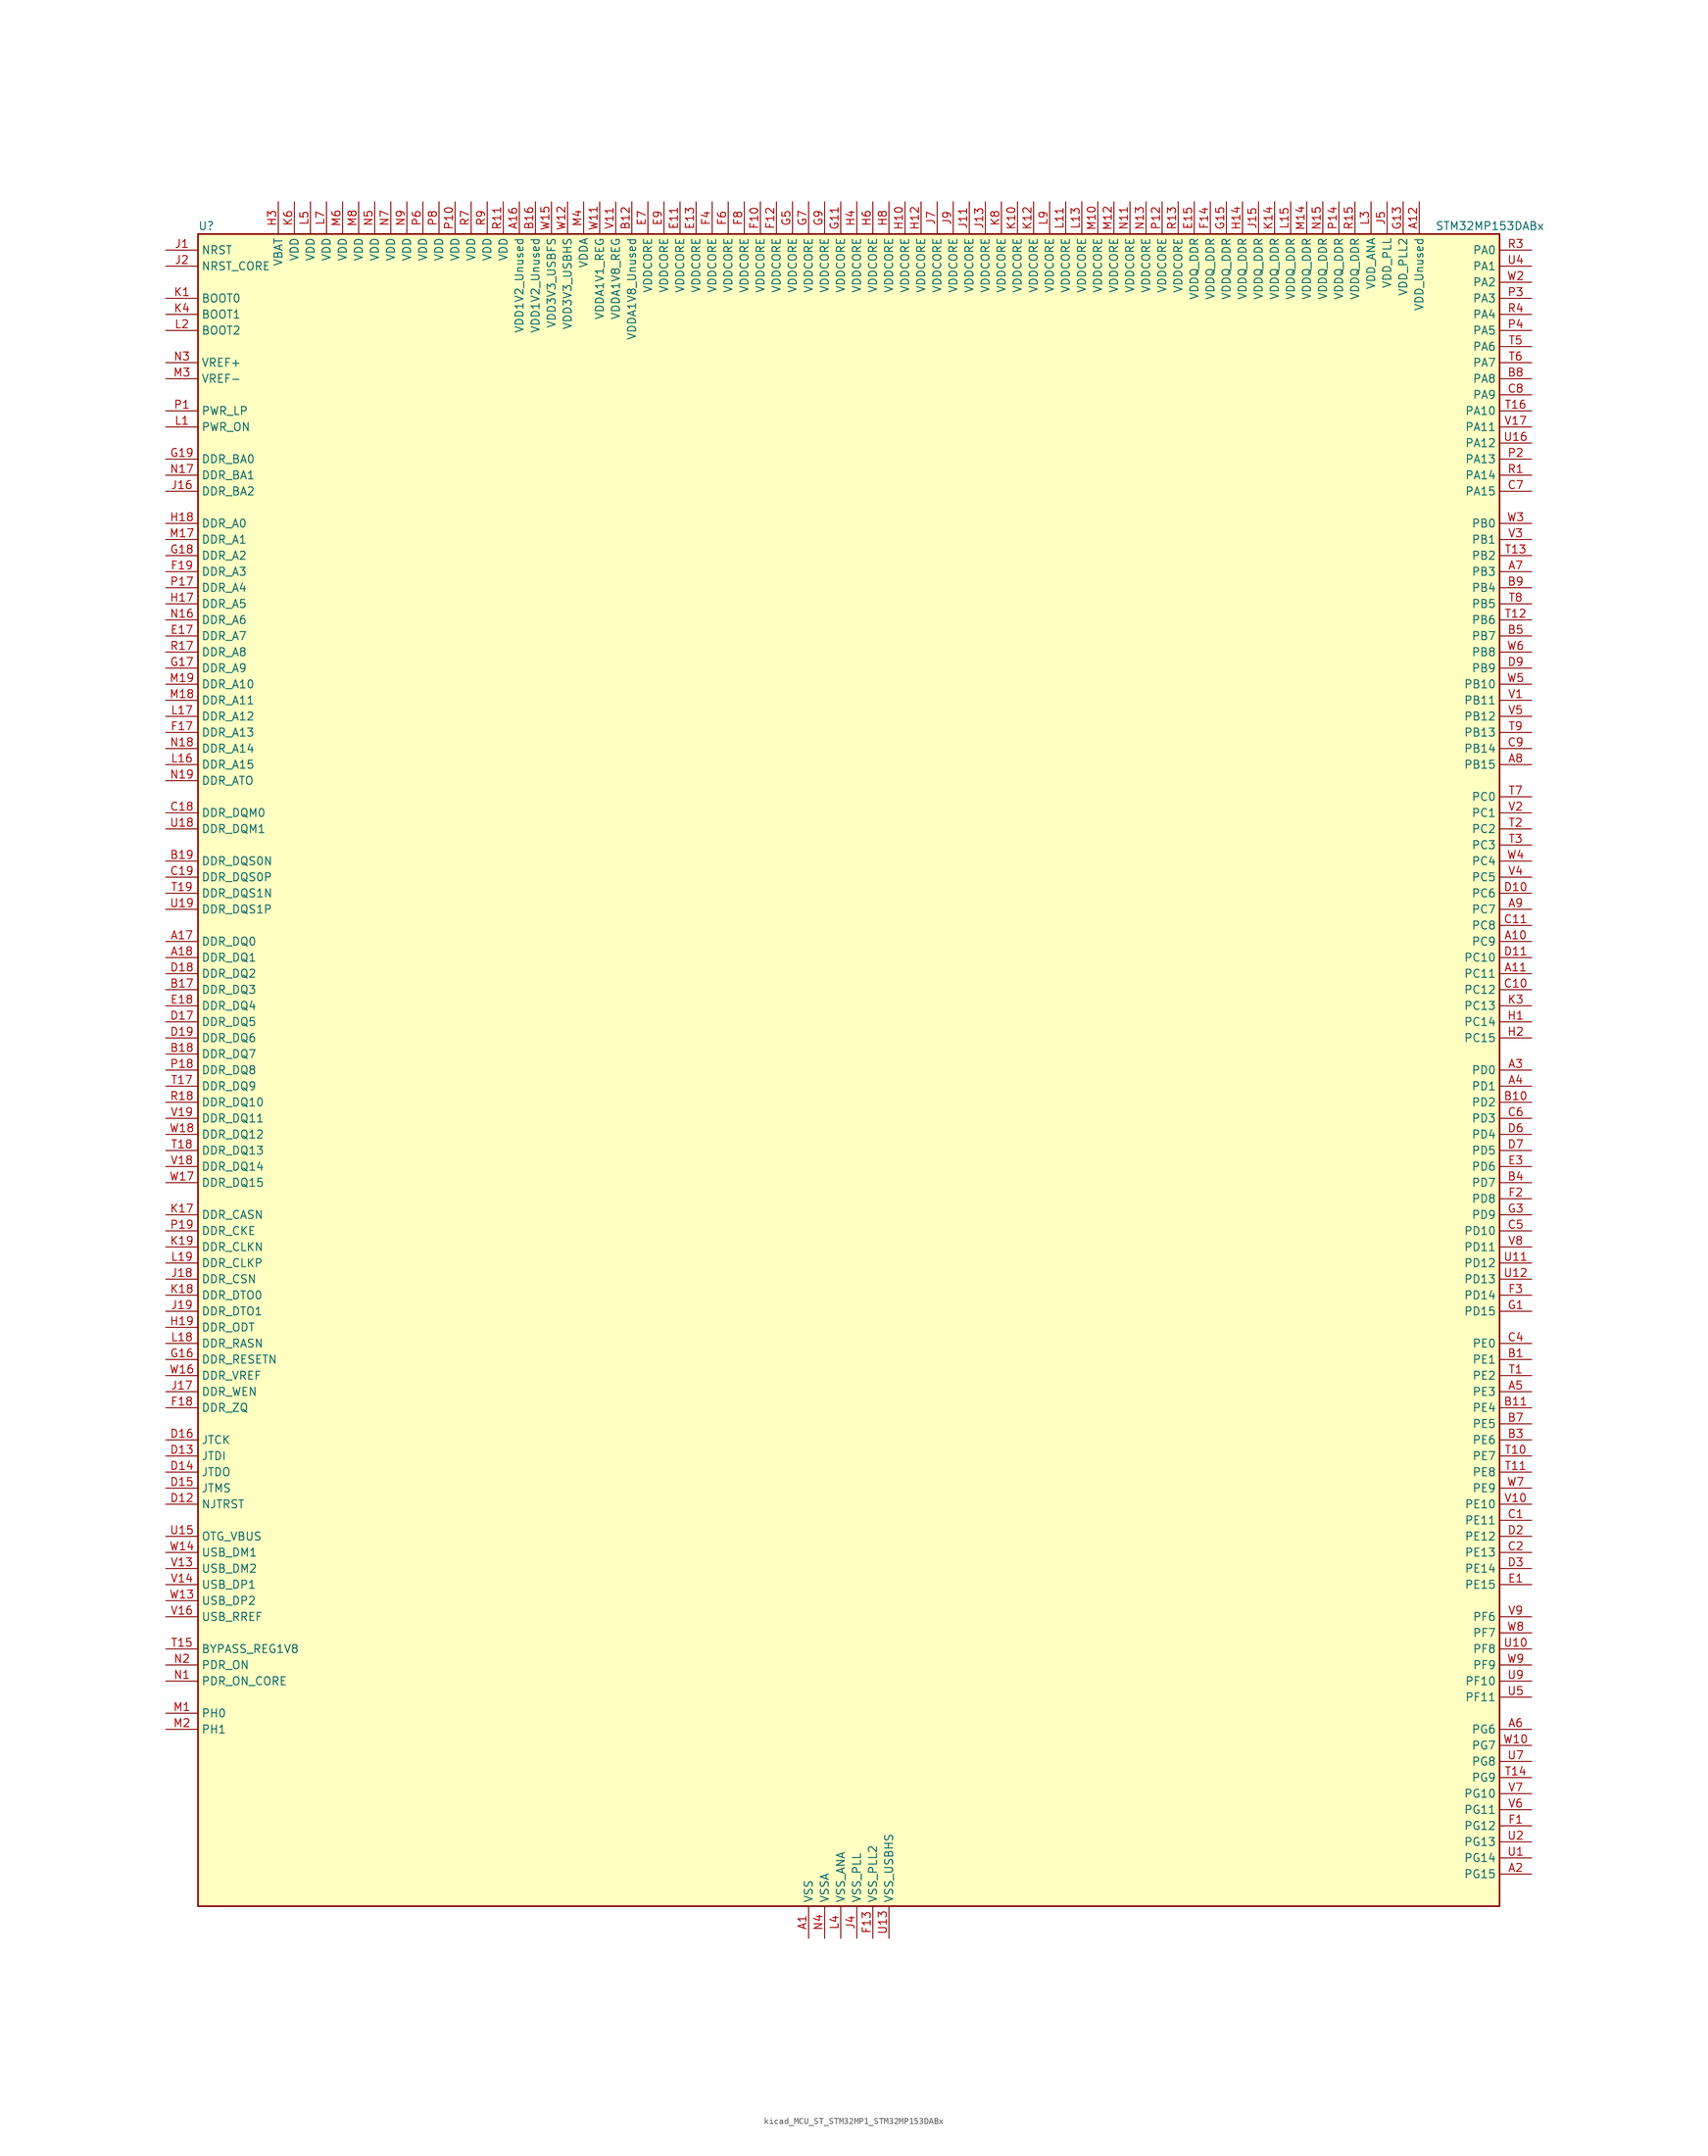
<source format=kicad_sym>
(kicad_symbol_lib
  (version 20220914)
  (generator kicad_symbol_editor)
  (symbol "kicad_MCU_ST_STM32MP1_STM32MP153DABx"
    (property "Reference" "U"
      (at -101.6 133.35 0)
      (effects (font (size 1.27 1.27)) (justify left)))
    (property "Value" "STM32MP153DABx"
      (at 93.98 133.35 0)
      (effects (font (size 1.27 1.27)) (justify left)))
    (property "ki_locked" ""
      (at 0 0 0)
      (effects (font (size 1.27 1.27))))
    (symbol "kicad_MCU_ST_STM32MP1_STM32MP153DABx_0_1"
      (rectangle (start -101.6 -132.08) (end 104.14 132.08) (stroke (width 0.254) (type default)) (fill (type background))))
    (symbol "kicad_MCU_ST_STM32MP1_STM32MP153DABx_1_1"
      (pin power_in line (at -5.08 -137.16 90) (length 5.08) (name "VSS" (effects (font (size 1.27 1.27)))) (number "A1" (effects (font (size 1.27 1.27)))))
      (pin bidirectional line (at 109.22 20.32 180) (length 5.08) (name "PC9" (effects (font (size 1.27 1.27)))) (number "A10" (effects (font (size 1.27 1.27)))) (alternate "DAC1_EXTI9" bidirectional line) (alternate "DCMI_D3" bidirectional line) (alternate "DEBUG_TRACED1" bidirectional line) (alternate "I2C3_SDA" bidirectional line) (alternate "I2S_CKIN" bidirectional line) (alternate "LTDC_B2" bidirectional line) (alternate "QUADSPI_BK1_IO0" bidirectional line) (alternate "SDMMC1_D1" bidirectional line) (alternate "TIM3_CH4" bidirectional line) (alternate "TIM8_CH4" bidirectional line) (alternate "UART5_CTS" bidirectional line))
      (pin bidirectional line (at 109.22 15.24 180) (length 5.08) (name "PC11" (effects (font (size 1.27 1.27)))) (number "A11" (effects (font (size 1.27 1.27)))) (alternate "ADC1_EXTI11" bidirectional line) (alternate "ADC2_EXTI11" bidirectional line) (alternate "DCMI_D4" bidirectional line) (alternate "DEBUG_TRACED3" bidirectional line) (alternate "DFSDM1_DATIN5" bidirectional line) (alternate "I2S3_SDI" bidirectional line) (alternate "QUADSPI_BK2_NCS" bidirectional line) (alternate "SAI4_SCK_B" bidirectional line) (alternate "SDMMC1_D3" bidirectional line) (alternate "SPI3_MISO" bidirectional line) (alternate "UART4_RX" bidirectional line) (alternate "USART3_RX" bidirectional line))
      (pin power_in line (at 91.44 137.16 270) (length 5.08) (name "VDD_Unused" (effects (font (size 1.27 1.27)))) (number "A12" (effects (font (size 1.27 1.27)))))
      (pin no_connect line (at -101.6 -132.08 0) (length 5.08) hide (name "DNU" (effects (font (size 1.27 1.27)))) (number "A13" (effects (font (size 1.27 1.27)))))
      (pin no_connect line (at -101.6 -129.54 0) (length 5.08) hide (name "DNU" (effects (font (size 1.27 1.27)))) (number "A14" (effects (font (size 1.27 1.27)))))
      (pin no_connect line (at -101.6 -127 0) (length 5.08) hide (name "DNU" (effects (font (size 1.27 1.27)))) (number "A15" (effects (font (size 1.27 1.27)))))
      (pin power_in line (at -50.8 137.16 270) (length 5.08) (name "VDD1V2_Unused" (effects (font (size 1.27 1.27)))) (number "A16" (effects (font (size 1.27 1.27)))))
      (pin bidirectional line (at -106.68 20.32 0) (length 5.08) (name "DDR_DQ0" (effects (font (size 1.27 1.27)))) (number "A17" (effects (font (size 1.27 1.27)))) (alternate "DDR_DQ0" bidirectional line))
      (pin bidirectional line (at -106.68 17.78 0) (length 5.08) (name "DDR_DQ1" (effects (font (size 1.27 1.27)))) (number "A18" (effects (font (size 1.27 1.27)))) (alternate "DDR_DQ1" bidirectional line))
      (pin passive line (at -5.08 -137.16 90) (length 5.08) hide (name "VSS" (effects (font (size 1.27 1.27)))) (number "A19" (effects (font (size 1.27 1.27)))))
      (pin bidirectional line (at 109.22 -127 180) (length 5.08) (name "PG15" (effects (font (size 1.27 1.27)))) (number "A2" (effects (font (size 1.27 1.27)))) (alternate "ADC1_EXTI15" bidirectional line) (alternate "ADC2_EXTI15" bidirectional line) (alternate "DCMI_D13" bidirectional line) (alternate "DEBUG_TRACED7" bidirectional line) (alternate "I2C2_SDA" bidirectional line) (alternate "SAI1_D2" bidirectional line) (alternate "SAI1_FS_A" bidirectional line) (alternate "SDMMC3_CK" bidirectional line) (alternate "USART6_CTS" bidirectional line) (alternate "USART6_NSS" bidirectional line))
      (pin bidirectional line (at 109.22 0 180) (length 5.08) (name "PD0" (effects (font (size 1.27 1.27)))) (number "A3" (effects (font (size 1.27 1.27)))) (alternate "DFSDM1_CKIN6" bidirectional line) (alternate "DFSDM1_DATIN7" bidirectional line) (alternate "FDCAN1_RX" bidirectional line) (alternate "FMC_D2" bidirectional line) (alternate "FMC_DA2" bidirectional line) (alternate "I2C5_SDA" bidirectional line) (alternate "I2C6_SDA" bidirectional line) (alternate "SAI3_SCK_A" bidirectional line) (alternate "SDMMC3_CMD" bidirectional line) (alternate "UART4_RX" bidirectional line))
      (pin bidirectional line (at 109.22 -2.54 180) (length 5.08) (name "PD1" (effects (font (size 1.27 1.27)))) (number "A4" (effects (font (size 1.27 1.27)))) (alternate "DFSDM1_CKIN7" bidirectional line) (alternate "DFSDM1_DATIN6" bidirectional line) (alternate "FDCAN1_TX" bidirectional line) (alternate "FMC_D3" bidirectional line) (alternate "FMC_DA3" bidirectional line) (alternate "I2C5_SCL" bidirectional line) (alternate "I2C6_SCL" bidirectional line) (alternate "SAI3_SD_A" bidirectional line) (alternate "SDMMC3_D0" bidirectional line) (alternate "UART4_TX" bidirectional line))
      (pin bidirectional line (at 109.22 -50.8 180) (length 5.08) (name "PE3" (effects (font (size 1.27 1.27)))) (number "A5" (effects (font (size 1.27 1.27)))) (alternate "DEBUG_TRACED0" bidirectional line) (alternate "FMC_A19" bidirectional line) (alternate "SAI1_SD_B" bidirectional line) (alternate "SDMMC2_CK" bidirectional line) (alternate "TIM15_BKIN" bidirectional line))
      (pin bidirectional line (at 109.22 -104.14 180) (length 5.08) (name "PG6" (effects (font (size 1.27 1.27)))) (number "A6" (effects (font (size 1.27 1.27)))) (alternate "DCMI_D12" bidirectional line) (alternate "DEBUG_TRACED14" bidirectional line) (alternate "LTDC_R7" bidirectional line) (alternate "SDMMC2_CMD" bidirectional line) (alternate "TIM17_BKIN" bidirectional line))
      (pin bidirectional line (at 109.22 78.74 180) (length 5.08) (name "PB3" (effects (font (size 1.27 1.27)))) (number "A7" (effects (font (size 1.27 1.27)))) (alternate "DEBUG_TRACED9" bidirectional line) (alternate "I2S1_CK" bidirectional line) (alternate "I2S3_CK" bidirectional line) (alternate "SAI4_CK1" bidirectional line) (alternate "SAI4_MCLK_A" bidirectional line) (alternate "SDMMC2_D2" bidirectional line) (alternate "SPI1_SCK" bidirectional line) (alternate "SPI3_SCK" bidirectional line) (alternate "SPI6_SCK" bidirectional line) (alternate "TIM2_CH2" bidirectional line) (alternate "UART7_RX" bidirectional line))
      (pin bidirectional line (at 109.22 48.26 180) (length 5.08) (name "PB15" (effects (font (size 1.27 1.27)))) (number "A8" (effects (font (size 1.27 1.27)))) (alternate "ADC1_EXTI15" bidirectional line) (alternate "ADC2_EXTI15" bidirectional line) (alternate "DFSDM1_CKIN2" bidirectional line) (alternate "I2S2_SDO" bidirectional line) (alternate "RTC_REFIN" bidirectional line) (alternate "SDMMC2_D1" bidirectional line) (alternate "SPI2_MOSI" bidirectional line) (alternate "TIM12_CH2" bidirectional line) (alternate "TIM1_CH3N" bidirectional line) (alternate "TIM8_CH3N" bidirectional line) (alternate "USART1_RX" bidirectional line))
      (pin bidirectional line (at 109.22 25.4 180) (length 5.08) (name "PC7" (effects (font (size 1.27 1.27)))) (number "A9" (effects (font (size 1.27 1.27)))) (alternate "DCMI_D1" bidirectional line) (alternate "DFSDM1_DATIN3" bidirectional line) (alternate "HDP_HDP4" bidirectional line) (alternate "I2S3_MCK" bidirectional line) (alternate "LTDC_G6" bidirectional line) (alternate "SDMMC1_D123DIR" bidirectional line) (alternate "SDMMC1_D7" bidirectional line) (alternate "SDMMC2_D123DIR" bidirectional line) (alternate "SDMMC2_D7" bidirectional line) (alternate "TIM3_CH2" bidirectional line) (alternate "TIM8_CH2" bidirectional line) (alternate "USART6_RX" bidirectional line))
      (pin bidirectional line (at 109.22 -45.72 180) (length 5.08) (name "PE1" (effects (font (size 1.27 1.27)))) (number "B1" (effects (font (size 1.27 1.27)))) (alternate "DCMI_D3" bidirectional line) (alternate "FMC_NBL1" bidirectional line) (alternate "I2S2_MCK" bidirectional line) (alternate "LPTIM1_IN2" bidirectional line) (alternate "SAI3_SD_B" bidirectional line) (alternate "UART8_TX" bidirectional line))
      (pin bidirectional line (at 109.22 -5.08 180) (length 5.08) (name "PD2" (effects (font (size 1.27 1.27)))) (number "B10" (effects (font (size 1.27 1.27)))) (alternate "DCMI_D11" bidirectional line) (alternate "I2C5_SMBA" bidirectional line) (alternate "SDMMC1_CMD" bidirectional line) (alternate "TIM3_ETR" bidirectional line) (alternate "UART4_RX" bidirectional line) (alternate "UART5_RX" bidirectional line))
      (pin bidirectional line (at 109.22 -53.34 180) (length 5.08) (name "PE4" (effects (font (size 1.27 1.27)))) (number "B11" (effects (font (size 1.27 1.27)))) (alternate "DCMI_D4" bidirectional line) (alternate "DEBUG_TRACED1" bidirectional line) (alternate "DFSDM1_DATIN3" bidirectional line) (alternate "FMC_A20" bidirectional line) (alternate "LTDC_B0" bidirectional line) (alternate "SAI1_D2" bidirectional line) (alternate "SAI1_FS_A" bidirectional line) (alternate "SDMMC1_CKIN" bidirectional line) (alternate "SDMMC1_D4" bidirectional line) (alternate "SDMMC2_CKIN" bidirectional line) (alternate "SDMMC2_D4" bidirectional line) (alternate "SPI4_NSS" bidirectional line) (alternate "TIM15_CH1N" bidirectional line))
      (pin power_in line (at -33.02 137.16 270) (length 5.08) (name "VDDA1V8_Unused" (effects (font (size 1.27 1.27)))) (number "B12" (effects (font (size 1.27 1.27)))))
      (pin no_connect line (at -101.6 -124.46 0) (length 5.08) hide (name "DNU" (effects (font (size 1.27 1.27)))) (number "B13" (effects (font (size 1.27 1.27)))))
      (pin no_connect line (at -101.6 -121.92 0) (length 5.08) hide (name "DNU" (effects (font (size 1.27 1.27)))) (number "B14" (effects (font (size 1.27 1.27)))))
      (pin no_connect line (at -101.6 -119.38 0) (length 5.08) hide (name "DNU" (effects (font (size 1.27 1.27)))) (number "B15" (effects (font (size 1.27 1.27)))))
      (pin power_in line (at -48.26 137.16 270) (length 5.08) (name "VDD1V2_Unused" (effects (font (size 1.27 1.27)))) (number "B16" (effects (font (size 1.27 1.27)))))
      (pin bidirectional line (at -106.68 12.7 0) (length 5.08) (name "DDR_DQ3" (effects (font (size 1.27 1.27)))) (number "B17" (effects (font (size 1.27 1.27)))) (alternate "DDR_DQ3" bidirectional line))
      (pin bidirectional line (at -106.68 2.54 0) (length 5.08) (name "DDR_DQ7" (effects (font (size 1.27 1.27)))) (number "B18" (effects (font (size 1.27 1.27)))) (alternate "DDR_DQ7" bidirectional line))
      (pin bidirectional line (at -106.68 33.02 0) (length 5.08) (name "DDR_DQS0N" (effects (font (size 1.27 1.27)))) (number "B19" (effects (font (size 1.27 1.27)))) (alternate "DDR_DQS0N" bidirectional line))
      (pin passive line (at -5.08 -137.16 90) (length 5.08) hide (name "VSS" (effects (font (size 1.27 1.27)))) (number "B2" (effects (font (size 1.27 1.27)))))
      (pin bidirectional line (at 109.22 -58.42 180) (length 5.08) (name "PE6" (effects (font (size 1.27 1.27)))) (number "B3" (effects (font (size 1.27 1.27)))) (alternate "DCMI_D7" bidirectional line) (alternate "DEBUG_TRACED2" bidirectional line) (alternate "FMC_A22" bidirectional line) (alternate "LTDC_G1" bidirectional line) (alternate "SAI1_D1" bidirectional line) (alternate "SAI1_SD_A" bidirectional line) (alternate "SAI2_MCLK_B" bidirectional line) (alternate "SDMMC1_D2" bidirectional line) (alternate "SDMMC2_D0" bidirectional line) (alternate "SPI4_MOSI" bidirectional line) (alternate "TIM15_CH2" bidirectional line) (alternate "TIM1_BKIN2" bidirectional line))
      (pin bidirectional line (at 109.22 -17.78 180) (length 5.08) (name "PD7" (effects (font (size 1.27 1.27)))) (number "B4" (effects (font (size 1.27 1.27)))) (alternate "DEBUG_TRACED6" bidirectional line) (alternate "DFSDM1_CKIN1" bidirectional line) (alternate "DFSDM1_DATIN4" bidirectional line) (alternate "FMC_NE1" bidirectional line) (alternate "I2C2_SCL" bidirectional line) (alternate "SDMMC3_D3" bidirectional line) (alternate "SPDIFRX_IN0" bidirectional line) (alternate "USART2_CK" bidirectional line))
      (pin bidirectional line (at 109.22 68.58 180) (length 5.08) (name "PB7" (effects (font (size 1.27 1.27)))) (number "B5" (effects (font (size 1.27 1.27)))) (alternate "DCMI_VSYNC" bidirectional line) (alternate "DFSDM1_CKIN5" bidirectional line) (alternate "FMC_NL" bidirectional line) (alternate "I2C1_SDA" bidirectional line) (alternate "I2C4_SDA" bidirectional line) (alternate "SDMMC2_D1" bidirectional line) (alternate "TIM17_CH1N" bidirectional line) (alternate "TIM4_CH2" bidirectional line) (alternate "USART1_RX" bidirectional line))
      (pin passive line (at -5.08 -137.16 90) (length 5.08) hide (name "VSS" (effects (font (size 1.27 1.27)))) (number "B6" (effects (font (size 1.27 1.27)))))
      (pin bidirectional line (at 109.22 -55.88 180) (length 5.08) (name "PE5" (effects (font (size 1.27 1.27)))) (number "B7" (effects (font (size 1.27 1.27)))) (alternate "DCMI_D6" bidirectional line) (alternate "DEBUG_TRACED3" bidirectional line) (alternate "DFSDM1_CKIN3" bidirectional line) (alternate "FMC_A21" bidirectional line) (alternate "LTDC_G0" bidirectional line) (alternate "SAI1_CK2" bidirectional line) (alternate "SAI1_SCK_A" bidirectional line) (alternate "SDMMC1_D0DIR" bidirectional line) (alternate "SDMMC1_D6" bidirectional line) (alternate "SDMMC2_D0DIR" bidirectional line) (alternate "SDMMC2_D6" bidirectional line) (alternate "SPI4_MISO" bidirectional line) (alternate "TIM15_CH1" bidirectional line))
      (pin bidirectional line (at 109.22 109.22 180) (length 5.08) (name "PA8" (effects (font (size 1.27 1.27)))) (number "B8" (effects (font (size 1.27 1.27)))) (alternate "I2C3_SCL" bidirectional line) (alternate "I2S3_SDO" bidirectional line) (alternate "LTDC_R6" bidirectional line) (alternate "RCC_MCO_1" bidirectional line) (alternate "SAI4_SD_B" bidirectional line) (alternate "SDMMC2_CKIN" bidirectional line) (alternate "SDMMC2_D4" bidirectional line) (alternate "SPI3_MOSI" bidirectional line) (alternate "TIM1_CH1" bidirectional line) (alternate "TIM8_BKIN2" bidirectional line) (alternate "UART7_RX" bidirectional line) (alternate "USART1_CK" bidirectional line) (alternate "USB_OTG_HS_SOF" bidirectional line))
      (pin bidirectional line (at 109.22 76.2 180) (length 5.08) (name "PB4" (effects (font (size 1.27 1.27)))) (number "B9" (effects (font (size 1.27 1.27)))) (alternate "DEBUG_TRACED8" bidirectional line) (alternate "I2S1_SDI" bidirectional line) (alternate "I2S2_WS" bidirectional line) (alternate "I2S3_SDI" bidirectional line) (alternate "SAI4_CK2" bidirectional line) (alternate "SAI4_SCK_A" bidirectional line) (alternate "SDMMC2_D3" bidirectional line) (alternate "SPI1_MISO" bidirectional line) (alternate "SPI2_NSS" bidirectional line) (alternate "SPI3_MISO" bidirectional line) (alternate "SPI6_MISO" bidirectional line) (alternate "TIM16_BKIN" bidirectional line) (alternate "TIM3_CH1" bidirectional line) (alternate "UART7_TX" bidirectional line))
      (pin bidirectional line (at 109.22 -71.12 180) (length 5.08) (name "PE11" (effects (font (size 1.27 1.27)))) (number "C1" (effects (font (size 1.27 1.27)))) (alternate "ADC1_EXTI11" bidirectional line) (alternate "ADC2_EXTI11" bidirectional line) (alternate "DCMI_D4" bidirectional line) (alternate "DFSDM1_CKIN4" bidirectional line) (alternate "FMC_D8" bidirectional line) (alternate "FMC_DA8" bidirectional line) (alternate "LTDC_G3" bidirectional line) (alternate "SAI2_SD_B" bidirectional line) (alternate "SPI4_NSS" bidirectional line) (alternate "TIM1_CH2" bidirectional line) (alternate "USART6_CK" bidirectional line))
      (pin bidirectional line (at 109.22 12.7 180) (length 5.08) (name "PC12" (effects (font (size 1.27 1.27)))) (number "C10" (effects (font (size 1.27 1.27)))) (alternate "DCMI_D9" bidirectional line) (alternate "DEBUG_TRACECLK" bidirectional line) (alternate "I2S3_SDO" bidirectional line) (alternate "RCC_MCO_2" bidirectional line) (alternate "SAI4_D3" bidirectional line) (alternate "SAI4_SD_B" bidirectional line) (alternate "SDMMC1_CK" bidirectional line) (alternate "SPI3_MOSI" bidirectional line) (alternate "UART5_TX" bidirectional line) (alternate "USART3_CK" bidirectional line))
      (pin bidirectional line (at 109.22 22.86 180) (length 5.08) (name "PC8" (effects (font (size 1.27 1.27)))) (number "C11" (effects (font (size 1.27 1.27)))) (alternate "DCMI_D2" bidirectional line) (alternate "DEBUG_TRACED0" bidirectional line) (alternate "SDMMC1_D0" bidirectional line) (alternate "TIM3_CH3" bidirectional line) (alternate "TIM8_CH3" bidirectional line) (alternate "UART4_TX" bidirectional line) (alternate "UART5_DE" bidirectional line) (alternate "UART5_RTS" bidirectional line) (alternate "USART6_CK" bidirectional line))
      (pin passive line (at -5.08 -137.16 90) (length 5.08) hide (name "VSS" (effects (font (size 1.27 1.27)))) (number "C12" (effects (font (size 1.27 1.27)))))
      (pin passive line (at -5.08 -137.16 90) (length 5.08) hide (name "VSS" (effects (font (size 1.27 1.27)))) (number "C13" (effects (font (size 1.27 1.27)))))
      (pin passive line (at -5.08 -137.16 90) (length 5.08) hide (name "VSS" (effects (font (size 1.27 1.27)))) (number "C14" (effects (font (size 1.27 1.27)))))
      (pin passive line (at -5.08 -137.16 90) (length 5.08) hide (name "VSS" (effects (font (size 1.27 1.27)))) (number "C15" (effects (font (size 1.27 1.27)))))
      (pin passive line (at -5.08 -137.16 90) (length 5.08) hide (name "VSS" (effects (font (size 1.27 1.27)))) (number "C16" (effects (font (size 1.27 1.27)))))
      (pin passive line (at -5.08 -137.16 90) (length 5.08) hide (name "VSS" (effects (font (size 1.27 1.27)))) (number "C17" (effects (font (size 1.27 1.27)))))
      (pin bidirectional line (at -106.68 40.64 0) (length 5.08) (name "DDR_DQM0" (effects (font (size 1.27 1.27)))) (number "C18" (effects (font (size 1.27 1.27)))) (alternate "DDR_DQM0" bidirectional line))
      (pin bidirectional line (at -106.68 30.48 0) (length 5.08) (name "DDR_DQS0P" (effects (font (size 1.27 1.27)))) (number "C19" (effects (font (size 1.27 1.27)))) (alternate "DDR_DQS0P" bidirectional line))
      (pin bidirectional line (at 109.22 -76.2 180) (length 5.08) (name "PE13" (effects (font (size 1.27 1.27)))) (number "C2" (effects (font (size 1.27 1.27)))) (alternate "DCMI_D6" bidirectional line) (alternate "DFSDM1_CKIN5" bidirectional line) (alternate "FMC_D10" bidirectional line) (alternate "FMC_DA10" bidirectional line) (alternate "HDP_HDP2" bidirectional line) (alternate "LTDC_DE" bidirectional line) (alternate "SAI2_FS_B" bidirectional line) (alternate "SPI4_MISO" bidirectional line) (alternate "TIM1_CH3" bidirectional line))
      (pin passive line (at -5.08 -137.16 90) (length 5.08) hide (name "VSS" (effects (font (size 1.27 1.27)))) (number "C3" (effects (font (size 1.27 1.27)))))
      (pin bidirectional line (at 109.22 -43.18 180) (length 5.08) (name "PE0" (effects (font (size 1.27 1.27)))) (number "C4" (effects (font (size 1.27 1.27)))) (alternate "DCMI_D2" bidirectional line) (alternate "FMC_NBL0" bidirectional line) (alternate "I2S3_CK" bidirectional line) (alternate "LPTIM1_ETR" bidirectional line) (alternate "LPTIM2_ETR" bidirectional line) (alternate "SAI2_MCLK_A" bidirectional line) (alternate "SAI4_MCLK_B" bidirectional line) (alternate "SPI3_SCK" bidirectional line) (alternate "TIM4_ETR" bidirectional line) (alternate "UART8_RX" bidirectional line))
      (pin bidirectional line (at 109.22 -25.4 180) (length 5.08) (name "PD10" (effects (font (size 1.27 1.27)))) (number "C5" (effects (font (size 1.27 1.27)))) (alternate "DFSDM1_CKOUT" bidirectional line) (alternate "FMC_D15" bidirectional line) (alternate "FMC_DA15" bidirectional line) (alternate "I2C5_SMBA" bidirectional line) (alternate "I2S3_SDI" bidirectional line) (alternate "LTDC_B3" bidirectional line) (alternate "RTC_REFIN" bidirectional line) (alternate "SAI3_FS_B" bidirectional line) (alternate "SPI3_MISO" bidirectional line) (alternate "TIM16_BKIN" bidirectional line) (alternate "USART3_CK" bidirectional line))
      (pin bidirectional line (at 109.22 -7.62 180) (length 5.08) (name "PD3" (effects (font (size 1.27 1.27)))) (number "C6" (effects (font (size 1.27 1.27)))) (alternate "DCMI_D5" bidirectional line) (alternate "DFSDM1_CKOUT" bidirectional line) (alternate "DFSDM1_DATIN0" bidirectional line) (alternate "FMC_CLK" bidirectional line) (alternate "HDP_HDP5" bidirectional line) (alternate "I2S2_CK" bidirectional line) (alternate "LTDC_G7" bidirectional line) (alternate "SDMMC1_D123DIR" bidirectional line) (alternate "SDMMC1_D7" bidirectional line) (alternate "SDMMC2_D123DIR" bidirectional line) (alternate "SDMMC2_D7" bidirectional line) (alternate "SPI2_SCK" bidirectional line) (alternate "USART2_CTS" bidirectional line) (alternate "USART2_NSS" bidirectional line))
      (pin bidirectional line (at 109.22 91.44 180) (length 5.08) (name "PA15" (effects (font (size 1.27 1.27)))) (number "C7" (effects (font (size 1.27 1.27)))) (alternate "ADC1_EXTI15" bidirectional line) (alternate "ADC2_EXTI15" bidirectional line) (alternate "CEC" bidirectional line) (alternate "DEBUG_DBTRGI" bidirectional line) (alternate "I2S1_WS" bidirectional line) (alternate "I2S3_WS" bidirectional line) (alternate "LTDC_R1" bidirectional line) (alternate "SAI4_D2" bidirectional line) (alternate "SAI4_FS_A" bidirectional line) (alternate "SDMMC1_CDIR" bidirectional line) (alternate "SDMMC1_D5" bidirectional line) (alternate "SDMMC2_CDIR" bidirectional line) (alternate "SDMMC2_D5" bidirectional line) (alternate "SPI1_NSS" bidirectional line) (alternate "SPI3_NSS" bidirectional line) (alternate "SPI6_NSS" bidirectional line) (alternate "TIM2_CH1" bidirectional line) (alternate "TIM2_ETR" bidirectional line) (alternate "UART4_DE" bidirectional line) (alternate "UART4_RTS" bidirectional line) (alternate "UART7_TX" bidirectional line))
      (pin bidirectional line (at 109.22 106.68 180) (length 5.08) (name "PA9" (effects (font (size 1.27 1.27)))) (number "C8" (effects (font (size 1.27 1.27)))) (alternate "DAC1_EXTI9" bidirectional line) (alternate "DCMI_D0" bidirectional line) (alternate "I2C3_SMBA" bidirectional line) (alternate "I2S2_CK" bidirectional line) (alternate "LTDC_R5" bidirectional line) (alternate "SDMMC2_CDIR" bidirectional line) (alternate "SDMMC2_D5" bidirectional line) (alternate "SPI2_SCK" bidirectional line) (alternate "TIM1_CH2" bidirectional line) (alternate "USART1_TX" bidirectional line))
      (pin bidirectional line (at 109.22 50.8 180) (length 5.08) (name "PB14" (effects (font (size 1.27 1.27)))) (number "C9" (effects (font (size 1.27 1.27)))) (alternate "DFSDM1_DATIN2" bidirectional line) (alternate "I2S2_SDI" bidirectional line) (alternate "SDMMC2_D0" bidirectional line) (alternate "SPI2_MISO" bidirectional line) (alternate "TIM12_CH1" bidirectional line) (alternate "TIM1_CH2N" bidirectional line) (alternate "TIM8_CH2N" bidirectional line) (alternate "USART1_TX" bidirectional line) (alternate "USART3_DE" bidirectional line) (alternate "USART3_RTS" bidirectional line))
      (pin passive line (at -5.08 -137.16 90) (length 5.08) hide (name "VSS" (effects (font (size 1.27 1.27)))) (number "D1" (effects (font (size 1.27 1.27)))))
      (pin bidirectional line (at 109.22 27.94 180) (length 5.08) (name "PC6" (effects (font (size 1.27 1.27)))) (number "D10" (effects (font (size 1.27 1.27)))) (alternate "DCMI_D0" bidirectional line) (alternate "DFSDM1_CKIN3" bidirectional line) (alternate "HDP_HDP1" bidirectional line) (alternate "I2S2_MCK" bidirectional line) (alternate "LTDC_HSYNC" bidirectional line) (alternate "SDMMC1_D0DIR" bidirectional line) (alternate "SDMMC1_D6" bidirectional line) (alternate "SDMMC2_D0DIR" bidirectional line) (alternate "SDMMC2_D6" bidirectional line) (alternate "TIM3_CH1" bidirectional line) (alternate "TIM8_CH1" bidirectional line) (alternate "USART6_TX" bidirectional line))
      (pin bidirectional line (at 109.22 17.78 180) (length 5.08) (name "PC10" (effects (font (size 1.27 1.27)))) (number "D11" (effects (font (size 1.27 1.27)))) (alternate "DCMI_D8" bidirectional line) (alternate "DEBUG_TRACED2" bidirectional line) (alternate "DFSDM1_CKIN5" bidirectional line) (alternate "I2S3_CK" bidirectional line) (alternate "LTDC_R2" bidirectional line) (alternate "QUADSPI_BK1_IO1" bidirectional line) (alternate "SAI4_MCLK_B" bidirectional line) (alternate "SDMMC1_D2" bidirectional line) (alternate "SPI3_SCK" bidirectional line) (alternate "UART4_TX" bidirectional line) (alternate "USART3_TX" bidirectional line))
      (pin bidirectional line (at -106.68 -68.58 0) (length 5.08) (name "NJTRST" (effects (font (size 1.27 1.27)))) (number "D12" (effects (font (size 1.27 1.27)))) (alternate "DEBUG_JTRST" bidirectional line))
      (pin bidirectional line (at -106.68 -60.96 0) (length 5.08) (name "JTDI" (effects (font (size 1.27 1.27)))) (number "D13" (effects (font (size 1.27 1.27)))) (alternate "DEBUG_JTDI" bidirectional line))
      (pin bidirectional line (at -106.68 -63.5 0) (length 5.08) (name "JTDO" (effects (font (size 1.27 1.27)))) (number "D14" (effects (font (size 1.27 1.27)))) (alternate "DEBUG_JTDO-SWO" bidirectional line))
      (pin bidirectional line (at -106.68 -66.04 0) (length 5.08) (name "JTMS" (effects (font (size 1.27 1.27)))) (number "D15" (effects (font (size 1.27 1.27)))) (alternate "DEBUG_JTMS-SWDIO" bidirectional line))
      (pin bidirectional line (at -106.68 -58.42 0) (length 5.08) (name "JTCK" (effects (font (size 1.27 1.27)))) (number "D16" (effects (font (size 1.27 1.27)))) (alternate "DEBUG_JTCK-SWCLK" bidirectional line))
      (pin bidirectional line (at -106.68 7.62 0) (length 5.08) (name "DDR_DQ5" (effects (font (size 1.27 1.27)))) (number "D17" (effects (font (size 1.27 1.27)))) (alternate "DDR_DQ5" bidirectional line))
      (pin bidirectional line (at -106.68 15.24 0) (length 5.08) (name "DDR_DQ2" (effects (font (size 1.27 1.27)))) (number "D18" (effects (font (size 1.27 1.27)))) (alternate "DDR_DQ2" bidirectional line))
      (pin bidirectional line (at -106.68 5.08 0) (length 5.08) (name "DDR_DQ6" (effects (font (size 1.27 1.27)))) (number "D19" (effects (font (size 1.27 1.27)))) (alternate "DDR_DQ6" bidirectional line))
      (pin bidirectional line (at 109.22 -73.66 180) (length 5.08) (name "PE12" (effects (font (size 1.27 1.27)))) (number "D2" (effects (font (size 1.27 1.27)))) (alternate "DFSDM1_DATIN5" bidirectional line) (alternate "FMC_D9" bidirectional line) (alternate "FMC_DA9" bidirectional line) (alternate "LTDC_B4" bidirectional line) (alternate "SAI2_SCK_B" bidirectional line) (alternate "SDMMC1_D0DIR" bidirectional line) (alternate "SPI4_SCK" bidirectional line) (alternate "TIM1_CH3N" bidirectional line))
      (pin bidirectional line (at 109.22 -78.74 180) (length 5.08) (name "PE14" (effects (font (size 1.27 1.27)))) (number "D3" (effects (font (size 1.27 1.27)))) (alternate "FMC_D11" bidirectional line) (alternate "FMC_DA11" bidirectional line) (alternate "LTDC_CLK" bidirectional line) (alternate "LTDC_G0" bidirectional line) (alternate "SAI2_MCLK_B" bidirectional line) (alternate "SDMMC1_D123DIR" bidirectional line) (alternate "SPI4_MOSI" bidirectional line) (alternate "TIM1_CH4" bidirectional line) (alternate "UART8_DE" bidirectional line) (alternate "UART8_RTS" bidirectional line))
      (pin passive line (at -5.08 -137.16 90) (length 5.08) hide (name "VSS" (effects (font (size 1.27 1.27)))) (number "D4" (effects (font (size 1.27 1.27)))))
      (pin passive line (at -5.08 -137.16 90) (length 5.08) hide (name "VSS" (effects (font (size 1.27 1.27)))) (number "D5" (effects (font (size 1.27 1.27)))))
      (pin bidirectional line (at 109.22 -10.16 180) (length 5.08) (name "PD4" (effects (font (size 1.27 1.27)))) (number "D6" (effects (font (size 1.27 1.27)))) (alternate "DFSDM1_CKIN0" bidirectional line) (alternate "FMC_NOE" bidirectional line) (alternate "SAI3_FS_A" bidirectional line) (alternate "SDMMC3_D1" bidirectional line) (alternate "USART2_DE" bidirectional line) (alternate "USART2_RTS" bidirectional line))
      (pin bidirectional line (at 109.22 -12.7 180) (length 5.08) (name "PD5" (effects (font (size 1.27 1.27)))) (number "D7" (effects (font (size 1.27 1.27)))) (alternate "FMC_NWE" bidirectional line) (alternate "SDMMC3_D2" bidirectional line) (alternate "USART2_TX" bidirectional line))
      (pin passive line (at -5.08 -137.16 90) (length 5.08) hide (name "VSS" (effects (font (size 1.27 1.27)))) (number "D8" (effects (font (size 1.27 1.27)))))
      (pin bidirectional line (at 109.22 63.5 180) (length 5.08) (name "PB9" (effects (font (size 1.27 1.27)))) (number "D9" (effects (font (size 1.27 1.27)))) (alternate "DAC1_EXTI9" bidirectional line) (alternate "DCMI_D7" bidirectional line) (alternate "DFSDM1_DATIN7" bidirectional line) (alternate "FDCAN1_TX" bidirectional line) (alternate "HDP_HDP7" bidirectional line) (alternate "I2C1_SDA" bidirectional line) (alternate "I2C4_SDA" bidirectional line) (alternate "I2S2_WS" bidirectional line) (alternate "LTDC_B7" bidirectional line) (alternate "SDMMC1_CDIR" bidirectional line) (alternate "SDMMC1_D5" bidirectional line) (alternate "SDMMC2_CDIR" bidirectional line) (alternate "SDMMC2_D5" bidirectional line) (alternate "SPI2_NSS" bidirectional line) (alternate "TIM17_CH1" bidirectional line) (alternate "TIM4_CH4" bidirectional line) (alternate "UART4_TX" bidirectional line))
      (pin bidirectional line (at 109.22 -81.28 180) (length 5.08) (name "PE15" (effects (font (size 1.27 1.27)))) (number "E1" (effects (font (size 1.27 1.27)))) (alternate "ADC1_EXTI15" bidirectional line) (alternate "ADC2_EXTI15" bidirectional line) (alternate "FMC_D12" bidirectional line) (alternate "FMC_DA12" bidirectional line) (alternate "FMC_NCE2" bidirectional line) (alternate "HDP_HDP3" bidirectional line) (alternate "LTDC_R7" bidirectional line) (alternate "TIM15_BKIN" bidirectional line) (alternate "TIM1_BKIN" bidirectional line) (alternate "UART8_CTS" bidirectional line) (alternate "USART2_CTS" bidirectional line) (alternate "USART2_NSS" bidirectional line))
      (pin passive line (at -5.08 -137.16 90) (length 5.08) hide (name "VSS" (effects (font (size 1.27 1.27)))) (number "E10" (effects (font (size 1.27 1.27)))))
      (pin power_in line (at -25.4 137.16 270) (length 5.08) (name "VDDCORE" (effects (font (size 1.27 1.27)))) (number "E11" (effects (font (size 1.27 1.27)))))
      (pin passive line (at -5.08 -137.16 90) (length 5.08) hide (name "VSS" (effects (font (size 1.27 1.27)))) (number "E12" (effects (font (size 1.27 1.27)))))
      (pin power_in line (at -22.86 137.16 270) (length 5.08) (name "VDDCORE" (effects (font (size 1.27 1.27)))) (number "E13" (effects (font (size 1.27 1.27)))))
      (pin passive line (at -5.08 -137.16 90) (length 5.08) hide (name "VSS" (effects (font (size 1.27 1.27)))) (number "E14" (effects (font (size 1.27 1.27)))))
      (pin power_in line (at 55.88 137.16 270) (length 5.08) (name "VDDQ_DDR" (effects (font (size 1.27 1.27)))) (number "E15" (effects (font (size 1.27 1.27)))))
      (pin passive line (at -5.08 -137.16 90) (length 5.08) hide (name "VSS" (effects (font (size 1.27 1.27)))) (number "E16" (effects (font (size 1.27 1.27)))))
      (pin bidirectional line (at -106.68 68.58 0) (length 5.08) (name "DDR_A7" (effects (font (size 1.27 1.27)))) (number "E17" (effects (font (size 1.27 1.27)))) (alternate "DDR_A7" bidirectional line))
      (pin bidirectional line (at -106.68 10.16 0) (length 5.08) (name "DDR_DQ4" (effects (font (size 1.27 1.27)))) (number "E18" (effects (font (size 1.27 1.27)))) (alternate "DDR_DQ4" bidirectional line))
      (pin passive line (at -5.08 -137.16 90) (length 5.08) hide (name "VSS" (effects (font (size 1.27 1.27)))) (number "E2" (effects (font (size 1.27 1.27)))))
      (pin bidirectional line (at 109.22 -15.24 180) (length 5.08) (name "PD6" (effects (font (size 1.27 1.27)))) (number "E3" (effects (font (size 1.27 1.27)))) (alternate "DCMI_D10" bidirectional line) (alternate "DFSDM1_CKIN4" bidirectional line) (alternate "DFSDM1_DATIN1" bidirectional line) (alternate "FMC_NWAIT" bidirectional line) (alternate "I2S3_SDO" bidirectional line) (alternate "LTDC_B2" bidirectional line) (alternate "SAI1_D1" bidirectional line) (alternate "SAI1_SD_A" bidirectional line) (alternate "SPI3_MOSI" bidirectional line) (alternate "TIM16_CH1N" bidirectional line) (alternate "USART2_RX" bidirectional line))
      (pin passive line (at -5.08 -137.16 90) (length 5.08) hide (name "VSS" (effects (font (size 1.27 1.27)))) (number "E4" (effects (font (size 1.27 1.27)))))
      (pin passive line (at -5.08 -137.16 90) (length 5.08) hide (name "VSS" (effects (font (size 1.27 1.27)))) (number "E5" (effects (font (size 1.27 1.27)))))
      (pin passive line (at -5.08 -137.16 90) (length 5.08) hide (name "VSS" (effects (font (size 1.27 1.27)))) (number "E6" (effects (font (size 1.27 1.27)))))
      (pin power_in line (at -30.48 137.16 270) (length 5.08) (name "VDDCORE" (effects (font (size 1.27 1.27)))) (number "E7" (effects (font (size 1.27 1.27)))))
      (pin passive line (at -5.08 -137.16 90) (length 5.08) hide (name "VSS" (effects (font (size 1.27 1.27)))) (number "E8" (effects (font (size 1.27 1.27)))))
      (pin power_in line (at -27.94 137.16 270) (length 5.08) (name "VDDCORE" (effects (font (size 1.27 1.27)))) (number "E9" (effects (font (size 1.27 1.27)))))
      (pin bidirectional line (at 109.22 -119.38 180) (length 5.08) (name "PG12" (effects (font (size 1.27 1.27)))) (number "F1" (effects (font (size 1.27 1.27)))) (alternate "ETH1_PHY_INTN" bidirectional line) (alternate "FMC_NE4" bidirectional line) (alternate "LPTIM1_IN1" bidirectional line) (alternate "LTDC_B1" bidirectional line) (alternate "LTDC_B4" bidirectional line) (alternate "SAI4_CK2" bidirectional line) (alternate "SAI4_SCK_A" bidirectional line) (alternate "SPDIFRX_IN1" bidirectional line) (alternate "SPI6_MISO" bidirectional line) (alternate "USART6_DE" bidirectional line) (alternate "USART6_RTS" bidirectional line))
      (pin power_in line (at -12.7 137.16 270) (length 5.08) (name "VDDCORE" (effects (font (size 1.27 1.27)))) (number "F10" (effects (font (size 1.27 1.27)))))
      (pin passive line (at -5.08 -137.16 90) (length 5.08) hide (name "VSS" (effects (font (size 1.27 1.27)))) (number "F11" (effects (font (size 1.27 1.27)))))
      (pin power_in line (at -10.16 137.16 270) (length 5.08) (name "VDDCORE" (effects (font (size 1.27 1.27)))) (number "F12" (effects (font (size 1.27 1.27)))))
      (pin power_in line (at 5.08 -137.16 90) (length 5.08) (name "VSS_PLL2" (effects (font (size 1.27 1.27)))) (number "F13" (effects (font (size 1.27 1.27)))))
      (pin power_in line (at 58.42 137.16 270) (length 5.08) (name "VDDQ_DDR" (effects (font (size 1.27 1.27)))) (number "F14" (effects (font (size 1.27 1.27)))))
      (pin passive line (at -5.08 -137.16 90) (length 5.08) hide (name "VSS" (effects (font (size 1.27 1.27)))) (number "F15" (effects (font (size 1.27 1.27)))))
      (pin bidirectional line (at -106.68 53.34 0) (length 5.08) (name "DDR_A13" (effects (font (size 1.27 1.27)))) (number "F17" (effects (font (size 1.27 1.27)))) (alternate "DDR_A13" bidirectional line))
      (pin bidirectional line (at -106.68 -53.34 0) (length 5.08) (name "DDR_ZQ" (effects (font (size 1.27 1.27)))) (number "F18" (effects (font (size 1.27 1.27)))) (alternate "DDR_ZQ" bidirectional line))
      (pin bidirectional line (at -106.68 78.74 0) (length 5.08) (name "DDR_A3" (effects (font (size 1.27 1.27)))) (number "F19" (effects (font (size 1.27 1.27)))) (alternate "DDR_A3" bidirectional line))
      (pin bidirectional line (at 109.22 -20.32 180) (length 5.08) (name "PD8" (effects (font (size 1.27 1.27)))) (number "F2" (effects (font (size 1.27 1.27)))) (alternate "DFSDM1_CKIN3" bidirectional line) (alternate "FMC_D13" bidirectional line) (alternate "FMC_DA13" bidirectional line) (alternate "LTDC_B7" bidirectional line) (alternate "SAI3_SCK_B" bidirectional line) (alternate "SPDIFRX_IN1" bidirectional line) (alternate "USART3_TX" bidirectional line))
      (pin bidirectional line (at 109.22 -35.56 180) (length 5.08) (name "PD14" (effects (font (size 1.27 1.27)))) (number "F3" (effects (font (size 1.27 1.27)))) (alternate "FMC_D0" bidirectional line) (alternate "FMC_DA0" bidirectional line) (alternate "SAI3_MCLK_B" bidirectional line) (alternate "TIM4_CH3" bidirectional line) (alternate "UART8_CTS" bidirectional line))
      (pin power_in line (at -20.32 137.16 270) (length 5.08) (name "VDDCORE" (effects (font (size 1.27 1.27)))) (number "F4" (effects (font (size 1.27 1.27)))))
      (pin passive line (at -5.08 -137.16 90) (length 5.08) hide (name "VSS" (effects (font (size 1.27 1.27)))) (number "F5" (effects (font (size 1.27 1.27)))))
      (pin power_in line (at -17.78 137.16 270) (length 5.08) (name "VDDCORE" (effects (font (size 1.27 1.27)))) (number "F6" (effects (font (size 1.27 1.27)))))
      (pin passive line (at -5.08 -137.16 90) (length 5.08) hide (name "VSS" (effects (font (size 1.27 1.27)))) (number "F7" (effects (font (size 1.27 1.27)))))
      (pin power_in line (at -15.24 137.16 270) (length 5.08) (name "VDDCORE" (effects (font (size 1.27 1.27)))) (number "F8" (effects (font (size 1.27 1.27)))))
      (pin passive line (at -5.08 -137.16 90) (length 5.08) hide (name "VSS" (effects (font (size 1.27 1.27)))) (number "F9" (effects (font (size 1.27 1.27)))))
      (pin bidirectional line (at 109.22 -38.1 180) (length 5.08) (name "PD15" (effects (font (size 1.27 1.27)))) (number "G1" (effects (font (size 1.27 1.27)))) (alternate "ADC1_EXTI15" bidirectional line) (alternate "ADC2_EXTI15" bidirectional line) (alternate "FMC_D1" bidirectional line) (alternate "FMC_DA1" bidirectional line) (alternate "LTDC_R1" bidirectional line) (alternate "SAI3_MCLK_A" bidirectional line) (alternate "TIM4_CH4" bidirectional line) (alternate "UART8_CTS" bidirectional line))
      (pin passive line (at -5.08 -137.16 90) (length 5.08) hide (name "VSS" (effects (font (size 1.27 1.27)))) (number "G10" (effects (font (size 1.27 1.27)))))
      (pin power_in line (at 0 137.16 270) (length 5.08) (name "VDDCORE" (effects (font (size 1.27 1.27)))) (number "G11" (effects (font (size 1.27 1.27)))))
      (pin passive line (at -5.08 -137.16 90) (length 5.08) hide (name "VSS" (effects (font (size 1.27 1.27)))) (number "G12" (effects (font (size 1.27 1.27)))))
      (pin power_in line (at 88.9 137.16 270) (length 5.08) (name "VDD_PLL2" (effects (font (size 1.27 1.27)))) (number "G13" (effects (font (size 1.27 1.27)))))
      (pin passive line (at -5.08 -137.16 90) (length 5.08) hide (name "VSS" (effects (font (size 1.27 1.27)))) (number "G14" (effects (font (size 1.27 1.27)))))
      (pin power_in line (at 60.96 137.16 270) (length 5.08) (name "VDDQ_DDR" (effects (font (size 1.27 1.27)))) (number "G15" (effects (font (size 1.27 1.27)))))
      (pin bidirectional line (at -106.68 -45.72 0) (length 5.08) (name "DDR_RESETN" (effects (font (size 1.27 1.27)))) (number "G16" (effects (font (size 1.27 1.27)))) (alternate "DDR_RESETN" bidirectional line))
      (pin bidirectional line (at -106.68 63.5 0) (length 5.08) (name "DDR_A9" (effects (font (size 1.27 1.27)))) (number "G17" (effects (font (size 1.27 1.27)))) (alternate "DDR_A9" bidirectional line))
      (pin bidirectional line (at -106.68 81.28 0) (length 5.08) (name "DDR_A2" (effects (font (size 1.27 1.27)))) (number "G18" (effects (font (size 1.27 1.27)))) (alternate "DDR_A2" bidirectional line))
      (pin bidirectional line (at -106.68 96.52 0) (length 5.08) (name "DDR_BA0" (effects (font (size 1.27 1.27)))) (number "G19" (effects (font (size 1.27 1.27)))) (alternate "DDR_BA0" bidirectional line))
      (pin passive line (at -5.08 -137.16 90) (length 5.08) hide (name "VSS" (effects (font (size 1.27 1.27)))) (number "G2" (effects (font (size 1.27 1.27)))))
      (pin bidirectional line (at 109.22 -22.86 180) (length 5.08) (name "PD9" (effects (font (size 1.27 1.27)))) (number "G3" (effects (font (size 1.27 1.27)))) (alternate "DAC1_EXTI9" bidirectional line) (alternate "DCMI_HSYNC" bidirectional line) (alternate "DFSDM1_DATIN3" bidirectional line) (alternate "FMC_D14" bidirectional line) (alternate "FMC_DA14" bidirectional line) (alternate "LTDC_B0" bidirectional line) (alternate "SAI3_SD_B" bidirectional line) (alternate "USART3_RX" bidirectional line))
      (pin passive line (at -5.08 -137.16 90) (length 5.08) hide (name "VSS" (effects (font (size 1.27 1.27)))) (number "G4" (effects (font (size 1.27 1.27)))))
      (pin power_in line (at -7.62 137.16 270) (length 5.08) (name "VDDCORE" (effects (font (size 1.27 1.27)))) (number "G5" (effects (font (size 1.27 1.27)))))
      (pin passive line (at -5.08 -137.16 90) (length 5.08) hide (name "VSS" (effects (font (size 1.27 1.27)))) (number "G6" (effects (font (size 1.27 1.27)))))
      (pin power_in line (at -5.08 137.16 270) (length 5.08) (name "VDDCORE" (effects (font (size 1.27 1.27)))) (number "G7" (effects (font (size 1.27 1.27)))))
      (pin passive line (at -5.08 -137.16 90) (length 5.08) hide (name "VSS" (effects (font (size 1.27 1.27)))) (number "G8" (effects (font (size 1.27 1.27)))))
      (pin power_in line (at -2.54 137.16 270) (length 5.08) (name "VDDCORE" (effects (font (size 1.27 1.27)))) (number "G9" (effects (font (size 1.27 1.27)))))
      (pin bidirectional line (at 109.22 7.62 180) (length 5.08) (name "PC14" (effects (font (size 1.27 1.27)))) (number "H1" (effects (font (size 1.27 1.27)))) (alternate "RCC_OSC32_IN" bidirectional line))
      (pin power_in line (at 10.16 137.16 270) (length 5.08) (name "VDDCORE" (effects (font (size 1.27 1.27)))) (number "H10" (effects (font (size 1.27 1.27)))))
      (pin passive line (at -5.08 -137.16 90) (length 5.08) hide (name "VSS" (effects (font (size 1.27 1.27)))) (number "H11" (effects (font (size 1.27 1.27)))))
      (pin power_in line (at 12.7 137.16 270) (length 5.08) (name "VDDCORE" (effects (font (size 1.27 1.27)))) (number "H12" (effects (font (size 1.27 1.27)))))
      (pin passive line (at -5.08 -137.16 90) (length 5.08) hide (name "VSS" (effects (font (size 1.27 1.27)))) (number "H13" (effects (font (size 1.27 1.27)))))
      (pin power_in line (at 63.5 137.16 270) (length 5.08) (name "VDDQ_DDR" (effects (font (size 1.27 1.27)))) (number "H14" (effects (font (size 1.27 1.27)))))
      (pin passive line (at -5.08 -137.16 90) (length 5.08) hide (name "VSS" (effects (font (size 1.27 1.27)))) (number "H15" (effects (font (size 1.27 1.27)))))
      (pin bidirectional line (at -106.68 73.66 0) (length 5.08) (name "DDR_A5" (effects (font (size 1.27 1.27)))) (number "H17" (effects (font (size 1.27 1.27)))) (alternate "DDR_A5" bidirectional line))
      (pin bidirectional line (at -106.68 86.36 0) (length 5.08) (name "DDR_A0" (effects (font (size 1.27 1.27)))) (number "H18" (effects (font (size 1.27 1.27)))) (alternate "DDR_A0" bidirectional line))
      (pin bidirectional line (at -106.68 -40.64 0) (length 5.08) (name "DDR_ODT" (effects (font (size 1.27 1.27)))) (number "H19" (effects (font (size 1.27 1.27)))) (alternate "DDR_ODT" bidirectional line))
      (pin bidirectional line (at 109.22 5.08 180) (length 5.08) (name "PC15" (effects (font (size 1.27 1.27)))) (number "H2" (effects (font (size 1.27 1.27)))) (alternate "ADC1_EXTI15" bidirectional line) (alternate "ADC2_EXTI15" bidirectional line) (alternate "RCC_OSC32_OUT" bidirectional line))
      (pin power_in line (at -88.9 137.16 270) (length 5.08) (name "VBAT" (effects (font (size 1.27 1.27)))) (number "H3" (effects (font (size 1.27 1.27)))))
      (pin power_in line (at 2.54 137.16 270) (length 5.08) (name "VDDCORE" (effects (font (size 1.27 1.27)))) (number "H4" (effects (font (size 1.27 1.27)))))
      (pin passive line (at -5.08 -137.16 90) (length 5.08) hide (name "VSS" (effects (font (size 1.27 1.27)))) (number "H5" (effects (font (size 1.27 1.27)))))
      (pin power_in line (at 5.08 137.16 270) (length 5.08) (name "VDDCORE" (effects (font (size 1.27 1.27)))) (number "H6" (effects (font (size 1.27 1.27)))))
      (pin passive line (at -5.08 -137.16 90) (length 5.08) hide (name "VSS" (effects (font (size 1.27 1.27)))) (number "H7" (effects (font (size 1.27 1.27)))))
      (pin power_in line (at 7.62 137.16 270) (length 5.08) (name "VDDCORE" (effects (font (size 1.27 1.27)))) (number "H8" (effects (font (size 1.27 1.27)))))
      (pin passive line (at -5.08 -137.16 90) (length 5.08) hide (name "VSS" (effects (font (size 1.27 1.27)))) (number "H9" (effects (font (size 1.27 1.27)))))
      (pin input line (at -106.68 129.54 0) (length 5.08) (name "NRST" (effects (font (size 1.27 1.27)))) (number "J1" (effects (font (size 1.27 1.27)))))
      (pin passive line (at -5.08 -137.16 90) (length 5.08) hide (name "VSS" (effects (font (size 1.27 1.27)))) (number "J10" (effects (font (size 1.27 1.27)))))
      (pin power_in line (at 20.32 137.16 270) (length 5.08) (name "VDDCORE" (effects (font (size 1.27 1.27)))) (number "J11" (effects (font (size 1.27 1.27)))))
      (pin passive line (at -5.08 -137.16 90) (length 5.08) hide (name "VSS" (effects (font (size 1.27 1.27)))) (number "J12" (effects (font (size 1.27 1.27)))))
      (pin power_in line (at 22.86 137.16 270) (length 5.08) (name "VDDCORE" (effects (font (size 1.27 1.27)))) (number "J13" (effects (font (size 1.27 1.27)))))
      (pin passive line (at -5.08 -137.16 90) (length 5.08) hide (name "VSS" (effects (font (size 1.27 1.27)))) (number "J14" (effects (font (size 1.27 1.27)))))
      (pin power_in line (at 66.04 137.16 270) (length 5.08) (name "VDDQ_DDR" (effects (font (size 1.27 1.27)))) (number "J15" (effects (font (size 1.27 1.27)))))
      (pin bidirectional line (at -106.68 91.44 0) (length 5.08) (name "DDR_BA2" (effects (font (size 1.27 1.27)))) (number "J16" (effects (font (size 1.27 1.27)))) (alternate "DDR_BA2" bidirectional line))
      (pin bidirectional line (at -106.68 -50.8 0) (length 5.08) (name "DDR_WEN" (effects (font (size 1.27 1.27)))) (number "J17" (effects (font (size 1.27 1.27)))) (alternate "DDR_WEN" bidirectional line))
      (pin bidirectional line (at -106.68 -33.02 0) (length 5.08) (name "DDR_CSN" (effects (font (size 1.27 1.27)))) (number "J18" (effects (font (size 1.27 1.27)))) (alternate "DDR_CSN" bidirectional line))
      (pin bidirectional line (at -106.68 -38.1 0) (length 5.08) (name "DDR_DTO1" (effects (font (size 1.27 1.27)))) (number "J19" (effects (font (size 1.27 1.27)))) (alternate "DDR_DTO1" bidirectional line))
      (pin input line (at -106.68 127 0) (length 5.08) (name "NRST_CORE" (effects (font (size 1.27 1.27)))) (number "J2" (effects (font (size 1.27 1.27)))))
      (pin passive line (at -5.08 -137.16 90) (length 5.08) hide (name "VSS" (effects (font (size 1.27 1.27)))) (number "J3" (effects (font (size 1.27 1.27)))))
      (pin power_in line (at 2.54 -137.16 90) (length 5.08) (name "VSS_PLL" (effects (font (size 1.27 1.27)))) (number "J4" (effects (font (size 1.27 1.27)))))
      (pin power_in line (at 86.36 137.16 270) (length 5.08) (name "VDD_PLL" (effects (font (size 1.27 1.27)))) (number "J5" (effects (font (size 1.27 1.27)))))
      (pin passive line (at -5.08 -137.16 90) (length 5.08) hide (name "VSS" (effects (font (size 1.27 1.27)))) (number "J6" (effects (font (size 1.27 1.27)))))
      (pin power_in line (at 15.24 137.16 270) (length 5.08) (name "VDDCORE" (effects (font (size 1.27 1.27)))) (number "J7" (effects (font (size 1.27 1.27)))))
      (pin passive line (at -5.08 -137.16 90) (length 5.08) hide (name "VSS" (effects (font (size 1.27 1.27)))) (number "J8" (effects (font (size 1.27 1.27)))))
      (pin power_in line (at 17.78 137.16 270) (length 5.08) (name "VDDCORE" (effects (font (size 1.27 1.27)))) (number "J9" (effects (font (size 1.27 1.27)))))
      (pin input line (at -106.68 121.92 0) (length 5.08) (name "BOOT0" (effects (font (size 1.27 1.27)))) (number "K1" (effects (font (size 1.27 1.27)))))
      (pin power_in line (at 27.94 137.16 270) (length 5.08) (name "VDDCORE" (effects (font (size 1.27 1.27)))) (number "K10" (effects (font (size 1.27 1.27)))))
      (pin passive line (at -5.08 -137.16 90) (length 5.08) hide (name "VSS" (effects (font (size 1.27 1.27)))) (number "K11" (effects (font (size 1.27 1.27)))))
      (pin power_in line (at 30.48 137.16 270) (length 5.08) (name "VDDCORE" (effects (font (size 1.27 1.27)))) (number "K12" (effects (font (size 1.27 1.27)))))
      (pin passive line (at -5.08 -137.16 90) (length 5.08) hide (name "VSS" (effects (font (size 1.27 1.27)))) (number "K13" (effects (font (size 1.27 1.27)))))
      (pin power_in line (at 68.58 137.16 270) (length 5.08) (name "VDDQ_DDR" (effects (font (size 1.27 1.27)))) (number "K14" (effects (font (size 1.27 1.27)))))
      (pin passive line (at -5.08 -137.16 90) (length 5.08) hide (name "VSS" (effects (font (size 1.27 1.27)))) (number "K15" (effects (font (size 1.27 1.27)))))
      (pin bidirectional line (at -106.68 -22.86 0) (length 5.08) (name "DDR_CASN" (effects (font (size 1.27 1.27)))) (number "K17" (effects (font (size 1.27 1.27)))) (alternate "DDR_CASN" bidirectional line))
      (pin bidirectional line (at -106.68 -35.56 0) (length 5.08) (name "DDR_DTO0" (effects (font (size 1.27 1.27)))) (number "K18" (effects (font (size 1.27 1.27)))) (alternate "DDR_DTO0" bidirectional line))
      (pin bidirectional line (at -106.68 -27.94 0) (length 5.08) (name "DDR_CLKN" (effects (font (size 1.27 1.27)))) (number "K19" (effects (font (size 1.27 1.27)))) (alternate "DDR_CLKN" bidirectional line))
      (pin passive line (at -5.08 -137.16 90) (length 5.08) hide (name "VSS" (effects (font (size 1.27 1.27)))) (number "K2" (effects (font (size 1.27 1.27)))))
      (pin bidirectional line (at 109.22 10.16 180) (length 5.08) (name "PC13" (effects (font (size 1.27 1.27)))) (number "K3" (effects (font (size 1.27 1.27)))) (alternate "PWR_WKUP3" bidirectional line) (alternate "RTC_LSCO" bidirectional line) (alternate "RTC_TS" bidirectional line) (alternate "TAMP_IN1" bidirectional line) (alternate "TAMP_OUT2" bidirectional line) (alternate "TAMP_OUT3" bidirectional line))
      (pin input line (at -106.68 119.38 0) (length 5.08) (name "BOOT1" (effects (font (size 1.27 1.27)))) (number "K4" (effects (font (size 1.27 1.27)))))
      (pin passive line (at -5.08 -137.16 90) (length 5.08) hide (name "VSS" (effects (font (size 1.27 1.27)))) (number "K5" (effects (font (size 1.27 1.27)))))
      (pin power_in line (at -86.36 137.16 270) (length 5.08) (name "VDD" (effects (font (size 1.27 1.27)))) (number "K6" (effects (font (size 1.27 1.27)))))
      (pin passive line (at -5.08 -137.16 90) (length 5.08) hide (name "VSS" (effects (font (size 1.27 1.27)))) (number "K7" (effects (font (size 1.27 1.27)))))
      (pin power_in line (at 25.4 137.16 270) (length 5.08) (name "VDDCORE" (effects (font (size 1.27 1.27)))) (number "K8" (effects (font (size 1.27 1.27)))))
      (pin passive line (at -5.08 -137.16 90) (length 5.08) hide (name "VSS" (effects (font (size 1.27 1.27)))) (number "K9" (effects (font (size 1.27 1.27)))))
      (pin output line (at -106.68 101.6 0) (length 5.08) (name "PWR_ON" (effects (font (size 1.27 1.27)))) (number "L1" (effects (font (size 1.27 1.27)))))
      (pin passive line (at -5.08 -137.16 90) (length 5.08) hide (name "VSS" (effects (font (size 1.27 1.27)))) (number "L10" (effects (font (size 1.27 1.27)))))
      (pin power_in line (at 35.56 137.16 270) (length 5.08) (name "VDDCORE" (effects (font (size 1.27 1.27)))) (number "L11" (effects (font (size 1.27 1.27)))))
      (pin passive line (at -5.08 -137.16 90) (length 5.08) hide (name "VSS" (effects (font (size 1.27 1.27)))) (number "L12" (effects (font (size 1.27 1.27)))))
      (pin power_in line (at 38.1 137.16 270) (length 5.08) (name "VDDCORE" (effects (font (size 1.27 1.27)))) (number "L13" (effects (font (size 1.27 1.27)))))
      (pin passive line (at -5.08 -137.16 90) (length 5.08) hide (name "VSS" (effects (font (size 1.27 1.27)))) (number "L14" (effects (font (size 1.27 1.27)))))
      (pin power_in line (at 71.12 137.16 270) (length 5.08) (name "VDDQ_DDR" (effects (font (size 1.27 1.27)))) (number "L15" (effects (font (size 1.27 1.27)))))
      (pin bidirectional line (at -106.68 48.26 0) (length 5.08) (name "DDR_A15" (effects (font (size 1.27 1.27)))) (number "L16" (effects (font (size 1.27 1.27)))) (alternate "DDR_A15" bidirectional line))
      (pin bidirectional line (at -106.68 55.88 0) (length 5.08) (name "DDR_A12" (effects (font (size 1.27 1.27)))) (number "L17" (effects (font (size 1.27 1.27)))) (alternate "DDR_A12" bidirectional line))
      (pin bidirectional line (at -106.68 -43.18 0) (length 5.08) (name "DDR_RASN" (effects (font (size 1.27 1.27)))) (number "L18" (effects (font (size 1.27 1.27)))) (alternate "DDR_RASN" bidirectional line))
      (pin bidirectional line (at -106.68 -30.48 0) (length 5.08) (name "DDR_CLKP" (effects (font (size 1.27 1.27)))) (number "L19" (effects (font (size 1.27 1.27)))) (alternate "DDR_CLKP" bidirectional line))
      (pin input line (at -106.68 116.84 0) (length 5.08) (name "BOOT2" (effects (font (size 1.27 1.27)))) (number "L2" (effects (font (size 1.27 1.27)))))
      (pin power_in line (at 83.82 137.16 270) (length 5.08) (name "VDD_ANA" (effects (font (size 1.27 1.27)))) (number "L3" (effects (font (size 1.27 1.27)))))
      (pin power_in line (at 0 -137.16 90) (length 5.08) (name "VSS_ANA" (effects (font (size 1.27 1.27)))) (number "L4" (effects (font (size 1.27 1.27)))))
      (pin power_in line (at -83.82 137.16 270) (length 5.08) (name "VDD" (effects (font (size 1.27 1.27)))) (number "L5" (effects (font (size 1.27 1.27)))))
      (pin passive line (at -5.08 -137.16 90) (length 5.08) hide (name "VSS" (effects (font (size 1.27 1.27)))) (number "L6" (effects (font (size 1.27 1.27)))))
      (pin power_in line (at -81.28 137.16 270) (length 5.08) (name "VDD" (effects (font (size 1.27 1.27)))) (number "L7" (effects (font (size 1.27 1.27)))))
      (pin passive line (at -5.08 -137.16 90) (length 5.08) hide (name "VSS" (effects (font (size 1.27 1.27)))) (number "L8" (effects (font (size 1.27 1.27)))))
      (pin power_in line (at 33.02 137.16 270) (length 5.08) (name "VDDCORE" (effects (font (size 1.27 1.27)))) (number "L9" (effects (font (size 1.27 1.27)))))
      (pin bidirectional line (at -106.68 -101.6 0) (length 5.08) (name "PH0" (effects (font (size 1.27 1.27)))) (number "M1" (effects (font (size 1.27 1.27)))) (alternate "RCC_OSC_IN" bidirectional line))
      (pin power_in line (at 40.64 137.16 270) (length 5.08) (name "VDDCORE" (effects (font (size 1.27 1.27)))) (number "M10" (effects (font (size 1.27 1.27)))))
      (pin passive line (at -5.08 -137.16 90) (length 5.08) hide (name "VSS" (effects (font (size 1.27 1.27)))) (number "M11" (effects (font (size 1.27 1.27)))))
      (pin power_in line (at 43.18 137.16 270) (length 5.08) (name "VDDCORE" (effects (font (size 1.27 1.27)))) (number "M12" (effects (font (size 1.27 1.27)))))
      (pin passive line (at -5.08 -137.16 90) (length 5.08) hide (name "VSS" (effects (font (size 1.27 1.27)))) (number "M13" (effects (font (size 1.27 1.27)))))
      (pin power_in line (at 73.66 137.16 270) (length 5.08) (name "VDDQ_DDR" (effects (font (size 1.27 1.27)))) (number "M14" (effects (font (size 1.27 1.27)))))
      (pin passive line (at -5.08 -137.16 90) (length 5.08) hide (name "VSS" (effects (font (size 1.27 1.27)))) (number "M15" (effects (font (size 1.27 1.27)))))
      (pin bidirectional line (at -106.68 83.82 0) (length 5.08) (name "DDR_A1" (effects (font (size 1.27 1.27)))) (number "M17" (effects (font (size 1.27 1.27)))) (alternate "DDR_A1" bidirectional line))
      (pin bidirectional line (at -106.68 58.42 0) (length 5.08) (name "DDR_A11" (effects (font (size 1.27 1.27)))) (number "M18" (effects (font (size 1.27 1.27)))) (alternate "DDR_A11" bidirectional line))
      (pin bidirectional line (at -106.68 60.96 0) (length 5.08) (name "DDR_A10" (effects (font (size 1.27 1.27)))) (number "M19" (effects (font (size 1.27 1.27)))) (alternate "DDR_A10" bidirectional line))
      (pin bidirectional line (at -106.68 -104.14 0) (length 5.08) (name "PH1" (effects (font (size 1.27 1.27)))) (number "M2" (effects (font (size 1.27 1.27)))) (alternate "RCC_OSC_OUT" bidirectional line))
      (pin input line (at -106.68 109.22 0) (length 5.08) (name "VREF-" (effects (font (size 1.27 1.27)))) (number "M3" (effects (font (size 1.27 1.27)))))
      (pin power_in line (at -40.64 137.16 270) (length 5.08) (name "VDDA" (effects (font (size 1.27 1.27)))) (number "M4" (effects (font (size 1.27 1.27)))))
      (pin passive line (at -5.08 -137.16 90) (length 5.08) hide (name "VSS" (effects (font (size 1.27 1.27)))) (number "M5" (effects (font (size 1.27 1.27)))))
      (pin power_in line (at -78.74 137.16 270) (length 5.08) (name "VDD" (effects (font (size 1.27 1.27)))) (number "M6" (effects (font (size 1.27 1.27)))))
      (pin passive line (at -5.08 -137.16 90) (length 5.08) hide (name "VSS" (effects (font (size 1.27 1.27)))) (number "M7" (effects (font (size 1.27 1.27)))))
      (pin power_in line (at -76.2 137.16 270) (length 5.08) (name "VDD" (effects (font (size 1.27 1.27)))) (number "M8" (effects (font (size 1.27 1.27)))))
      (pin passive line (at -5.08 -137.16 90) (length 5.08) hide (name "VSS" (effects (font (size 1.27 1.27)))) (number "M9" (effects (font (size 1.27 1.27)))))
      (pin bidirectional line (at -106.68 -96.52 0) (length 5.08) (name "PDR_ON_CORE" (effects (font (size 1.27 1.27)))) (number "N1" (effects (font (size 1.27 1.27)))))
      (pin passive line (at -5.08 -137.16 90) (length 5.08) hide (name "VSS" (effects (font (size 1.27 1.27)))) (number "N10" (effects (font (size 1.27 1.27)))))
      (pin power_in line (at 45.72 137.16 270) (length 5.08) (name "VDDCORE" (effects (font (size 1.27 1.27)))) (number "N11" (effects (font (size 1.27 1.27)))))
      (pin passive line (at -5.08 -137.16 90) (length 5.08) hide (name "VSS" (effects (font (size 1.27 1.27)))) (number "N12" (effects (font (size 1.27 1.27)))))
      (pin power_in line (at 48.26 137.16 270) (length 5.08) (name "VDDCORE" (effects (font (size 1.27 1.27)))) (number "N13" (effects (font (size 1.27 1.27)))))
      (pin passive line (at -5.08 -137.16 90) (length 5.08) hide (name "VSS" (effects (font (size 1.27 1.27)))) (number "N14" (effects (font (size 1.27 1.27)))))
      (pin power_in line (at 76.2 137.16 270) (length 5.08) (name "VDDQ_DDR" (effects (font (size 1.27 1.27)))) (number "N15" (effects (font (size 1.27 1.27)))))
      (pin bidirectional line (at -106.68 71.12 0) (length 5.08) (name "DDR_A6" (effects (font (size 1.27 1.27)))) (number "N16" (effects (font (size 1.27 1.27)))) (alternate "DDR_A6" bidirectional line))
      (pin bidirectional line (at -106.68 93.98 0) (length 5.08) (name "DDR_BA1" (effects (font (size 1.27 1.27)))) (number "N17" (effects (font (size 1.27 1.27)))) (alternate "DDR_BA1" bidirectional line))
      (pin bidirectional line (at -106.68 50.8 0) (length 5.08) (name "DDR_A14" (effects (font (size 1.27 1.27)))) (number "N18" (effects (font (size 1.27 1.27)))) (alternate "DDR_A14" bidirectional line))
      (pin bidirectional line (at -106.68 45.72 0) (length 5.08) (name "DDR_ATO" (effects (font (size 1.27 1.27)))) (number "N19" (effects (font (size 1.27 1.27)))) (alternate "DDR_ATO" bidirectional line))
      (pin bidirectional line (at -106.68 -93.98 0) (length 5.08) (name "PDR_ON" (effects (font (size 1.27 1.27)))) (number "N2" (effects (font (size 1.27 1.27)))))
      (pin input line (at -106.68 111.76 0) (length 5.08) (name "VREF+" (effects (font (size 1.27 1.27)))) (number "N3" (effects (font (size 1.27 1.27)))))
      (pin power_in line (at -2.54 -137.16 90) (length 5.08) (name "VSSA" (effects (font (size 1.27 1.27)))) (number "N4" (effects (font (size 1.27 1.27)))))
      (pin power_in line (at -73.66 137.16 270) (length 5.08) (name "VDD" (effects (font (size 1.27 1.27)))) (number "N5" (effects (font (size 1.27 1.27)))))
      (pin passive line (at -5.08 -137.16 90) (length 5.08) hide (name "VSS" (effects (font (size 1.27 1.27)))) (number "N6" (effects (font (size 1.27 1.27)))))
      (pin power_in line (at -71.12 137.16 270) (length 5.08) (name "VDD" (effects (font (size 1.27 1.27)))) (number "N7" (effects (font (size 1.27 1.27)))))
      (pin passive line (at -5.08 -137.16 90) (length 5.08) hide (name "VSS" (effects (font (size 1.27 1.27)))) (number "N8" (effects (font (size 1.27 1.27)))))
      (pin power_in line (at -68.58 137.16 270) (length 5.08) (name "VDD" (effects (font (size 1.27 1.27)))) (number "N9" (effects (font (size 1.27 1.27)))))
      (pin output line (at -106.68 104.14 0) (length 5.08) (name "PWR_LP" (effects (font (size 1.27 1.27)))) (number "P1" (effects (font (size 1.27 1.27)))))
      (pin power_in line (at -60.96 137.16 270) (length 5.08) (name "VDD" (effects (font (size 1.27 1.27)))) (number "P10" (effects (font (size 1.27 1.27)))))
      (pin passive line (at -5.08 -137.16 90) (length 5.08) hide (name "VSS" (effects (font (size 1.27 1.27)))) (number "P11" (effects (font (size 1.27 1.27)))))
      (pin power_in line (at 50.8 137.16 270) (length 5.08) (name "VDDCORE" (effects (font (size 1.27 1.27)))) (number "P12" (effects (font (size 1.27 1.27)))))
      (pin passive line (at -5.08 -137.16 90) (length 5.08) hide (name "VSS" (effects (font (size 1.27 1.27)))) (number "P13" (effects (font (size 1.27 1.27)))))
      (pin power_in line (at 78.74 137.16 270) (length 5.08) (name "VDDQ_DDR" (effects (font (size 1.27 1.27)))) (number "P14" (effects (font (size 1.27 1.27)))))
      (pin passive line (at -5.08 -137.16 90) (length 5.08) hide (name "VSS" (effects (font (size 1.27 1.27)))) (number "P15" (effects (font (size 1.27 1.27)))))
      (pin bidirectional line (at -106.68 76.2 0) (length 5.08) (name "DDR_A4" (effects (font (size 1.27 1.27)))) (number "P17" (effects (font (size 1.27 1.27)))) (alternate "DDR_A4" bidirectional line))
      (pin bidirectional line (at -106.68 0 0) (length 5.08) (name "DDR_DQ8" (effects (font (size 1.27 1.27)))) (number "P18" (effects (font (size 1.27 1.27)))) (alternate "DDR_DQ8" bidirectional line))
      (pin bidirectional line (at -106.68 -25.4 0) (length 5.08) (name "DDR_CKE" (effects (font (size 1.27 1.27)))) (number "P19" (effects (font (size 1.27 1.27)))) (alternate "DDR_CKE" bidirectional line))
      (pin bidirectional line (at 109.22 96.52 180) (length 5.08) (name "PA13" (effects (font (size 1.27 1.27)))) (number "P2" (effects (font (size 1.27 1.27)))) (alternate "DEBUG_DBTRGI" bidirectional line) (alternate "DEBUG_DBTRGO" bidirectional line) (alternate "RCC_MCO_1" bidirectional line) (alternate "UART4_TX" bidirectional line))
      (pin bidirectional line (at 109.22 121.92 180) (length 5.08) (name "PA3" (effects (font (size 1.27 1.27)))) (number "P3" (effects (font (size 1.27 1.27)))) (alternate "ADC1_INP15" bidirectional line) (alternate "ETH1_COL" bidirectional line) (alternate "LPTIM5_OUT" bidirectional line) (alternate "LTDC_B2" bidirectional line) (alternate "LTDC_B5" bidirectional line) (alternate "PWR_PVD_IN" bidirectional line) (alternate "TIM15_CH2" bidirectional line) (alternate "TIM2_CH4" bidirectional line) (alternate "TIM5_CH4" bidirectional line) (alternate "USART2_RX" bidirectional line))
      (pin bidirectional line (at 109.22 116.84 180) (length 5.08) (name "PA5" (effects (font (size 1.27 1.27)))) (number "P4" (effects (font (size 1.27 1.27)))) (alternate "ADC1_INN18" bidirectional line) (alternate "ADC1_INP19" bidirectional line) (alternate "ADC2_INN18" bidirectional line) (alternate "ADC2_INP19" bidirectional line) (alternate "DAC1_OUT2" bidirectional line) (alternate "I2S1_CK" bidirectional line) (alternate "LTDC_R4" bidirectional line) (alternate "SAI4_CK1" bidirectional line) (alternate "SAI4_MCLK_A" bidirectional line) (alternate "SPI1_SCK" bidirectional line) (alternate "SPI6_SCK" bidirectional line) (alternate "TIM2_CH1" bidirectional line) (alternate "TIM2_ETR" bidirectional line) (alternate "TIM8_CH1N" bidirectional line))
      (pin passive line (at -2.54 -137.16 90) (length 5.08) hide (name "VSSA" (effects (font (size 1.27 1.27)))) (number "P5" (effects (font (size 1.27 1.27)))))
      (pin power_in line (at -66.04 137.16 270) (length 5.08) (name "VDD" (effects (font (size 1.27 1.27)))) (number "P6" (effects (font (size 1.27 1.27)))))
      (pin passive line (at -5.08 -137.16 90) (length 5.08) hide (name "VSS" (effects (font (size 1.27 1.27)))) (number "P7" (effects (font (size 1.27 1.27)))))
      (pin power_in line (at -63.5 137.16 270) (length 5.08) (name "VDD" (effects (font (size 1.27 1.27)))) (number "P8" (effects (font (size 1.27 1.27)))))
      (pin passive line (at -5.08 -137.16 90) (length 5.08) hide (name "VSS" (effects (font (size 1.27 1.27)))) (number "P9" (effects (font (size 1.27 1.27)))))
      (pin bidirectional line (at 109.22 93.98 180) (length 5.08) (name "PA14" (effects (font (size 1.27 1.27)))) (number "R1" (effects (font (size 1.27 1.27)))) (alternate "DEBUG_DBTRGI" bidirectional line) (alternate "DEBUG_DBTRGO" bidirectional line) (alternate "RCC_MCO_2" bidirectional line))
      (pin passive line (at -5.08 -137.16 90) (length 5.08) hide (name "VSS" (effects (font (size 1.27 1.27)))) (number "R10" (effects (font (size 1.27 1.27)))))
      (pin power_in line (at -53.34 137.16 270) (length 5.08) (name "VDD" (effects (font (size 1.27 1.27)))) (number "R11" (effects (font (size 1.27 1.27)))))
      (pin passive line (at -5.08 -137.16 90) (length 5.08) hide (name "VSS" (effects (font (size 1.27 1.27)))) (number "R12" (effects (font (size 1.27 1.27)))))
      (pin power_in line (at 53.34 137.16 270) (length 5.08) (name "VDDCORE" (effects (font (size 1.27 1.27)))) (number "R13" (effects (font (size 1.27 1.27)))))
      (pin passive line (at -5.08 -137.16 90) (length 5.08) hide (name "VSS" (effects (font (size 1.27 1.27)))) (number "R14" (effects (font (size 1.27 1.27)))))
      (pin power_in line (at 81.28 137.16 270) (length 5.08) (name "VDDQ_DDR" (effects (font (size 1.27 1.27)))) (number "R15" (effects (font (size 1.27 1.27)))))
      (pin passive line (at -5.08 -137.16 90) (length 5.08) hide (name "VSS" (effects (font (size 1.27 1.27)))) (number "R16" (effects (font (size 1.27 1.27)))))
      (pin bidirectional line (at -106.68 66.04 0) (length 5.08) (name "DDR_A8" (effects (font (size 1.27 1.27)))) (number "R17" (effects (font (size 1.27 1.27)))) (alternate "DDR_A8" bidirectional line))
      (pin bidirectional line (at -106.68 -5.08 0) (length 5.08) (name "DDR_DQ10" (effects (font (size 1.27 1.27)))) (number "R18" (effects (font (size 1.27 1.27)))) (alternate "DDR_DQ10" bidirectional line))
      (pin passive line (at -5.08 -137.16 90) (length 5.08) hide (name "VSS" (effects (font (size 1.27 1.27)))) (number "R2" (effects (font (size 1.27 1.27)))))
      (pin bidirectional line (at 109.22 129.54 180) (length 5.08) (name "PA0" (effects (font (size 1.27 1.27)))) (number "R3" (effects (font (size 1.27 1.27)))) (alternate "ADC1_INP16" bidirectional line) (alternate "ETH1_CRS" bidirectional line) (alternate "PWR_WKUP1" bidirectional line) (alternate "SAI2_SD_B" bidirectional line) (alternate "SDMMC2_CMD" bidirectional line) (alternate "TIM15_BKIN" bidirectional line) (alternate "TIM2_CH1" bidirectional line) (alternate "TIM2_ETR" bidirectional line) (alternate "TIM5_CH1" bidirectional line) (alternate "TIM8_ETR" bidirectional line) (alternate "UART4_TX" bidirectional line) (alternate "USART2_CTS" bidirectional line) (alternate "USART2_NSS" bidirectional line))
      (pin bidirectional line (at 109.22 119.38 180) (length 5.08) (name "PA4" (effects (font (size 1.27 1.27)))) (number "R4" (effects (font (size 1.27 1.27)))) (alternate "ADC1_INP18" bidirectional line) (alternate "ADC2_INP18" bidirectional line) (alternate "DAC1_OUT1" bidirectional line) (alternate "DCMI_HSYNC" bidirectional line) (alternate "HDP_HDP0" bidirectional line) (alternate "I2S1_WS" bidirectional line) (alternate "I2S3_WS" bidirectional line) (alternate "LTDC_VSYNC" bidirectional line) (alternate "SAI4_D2" bidirectional line) (alternate "SAI4_FS_A" bidirectional line) (alternate "SPI1_NSS" bidirectional line) (alternate "SPI3_NSS" bidirectional line) (alternate "SPI6_NSS" bidirectional line) (alternate "TIM5_ETR" bidirectional line) (alternate "USART2_CK" bidirectional line))
      (pin passive line (at -2.54 -137.16 90) (length 5.08) hide (name "VSSA" (effects (font (size 1.27 1.27)))) (number "R5" (effects (font (size 1.27 1.27)))))
      (pin passive line (at -5.08 -137.16 90) (length 5.08) hide (name "VSS" (effects (font (size 1.27 1.27)))) (number "R6" (effects (font (size 1.27 1.27)))))
      (pin power_in line (at -58.42 137.16 270) (length 5.08) (name "VDD" (effects (font (size 1.27 1.27)))) (number "R7" (effects (font (size 1.27 1.27)))))
      (pin passive line (at -5.08 -137.16 90) (length 5.08) hide (name "VSS" (effects (font (size 1.27 1.27)))) (number "R8" (effects (font (size 1.27 1.27)))))
      (pin power_in line (at -55.88 137.16 270) (length 5.08) (name "VDD" (effects (font (size 1.27 1.27)))) (number "R9" (effects (font (size 1.27 1.27)))))
      (pin bidirectional line (at 109.22 -48.26 180) (length 5.08) (name "PE2" (effects (font (size 1.27 1.27)))) (number "T1" (effects (font (size 1.27 1.27)))) (alternate "DEBUG_TRACECLK" bidirectional line) (alternate "ETH1_TXD3" bidirectional line) (alternate "FMC_A23" bidirectional line) (alternate "I2C4_SCL" bidirectional line) (alternate "QUADSPI_BK1_IO2" bidirectional line) (alternate "SAI1_CK1" bidirectional line) (alternate "SAI1_MCLK_A" bidirectional line) (alternate "SPI4_SCK" bidirectional line))
      (pin bidirectional line (at 109.22 -60.96 180) (length 5.08) (name "PE7" (effects (font (size 1.27 1.27)))) (number "T10" (effects (font (size 1.27 1.27)))) (alternate "DFSDM1_DATIN2" bidirectional line) (alternate "FMC_D4" bidirectional line) (alternate "FMC_DA4" bidirectional line) (alternate "QUADSPI_BK2_IO0" bidirectional line) (alternate "TIM1_ETR" bidirectional line) (alternate "TIM3_ETR" bidirectional line) (alternate "UART7_RX" bidirectional line))
      (pin bidirectional line (at 109.22 -63.5 180) (length 5.08) (name "PE8" (effects (font (size 1.27 1.27)))) (number "T11" (effects (font (size 1.27 1.27)))) (alternate "DFSDM1_CKIN2" bidirectional line) (alternate "FMC_D5" bidirectional line) (alternate "FMC_DA5" bidirectional line) (alternate "QUADSPI_BK2_IO1" bidirectional line) (alternate "TIM1_CH1N" bidirectional line) (alternate "UART7_TX" bidirectional line))
      (pin bidirectional line (at 109.22 71.12 180) (length 5.08) (name "PB6" (effects (font (size 1.27 1.27)))) (number "T12" (effects (font (size 1.27 1.27)))) (alternate "CEC" bidirectional line) (alternate "DCMI_D5" bidirectional line) (alternate "DFSDM1_DATIN5" bidirectional line) (alternate "FDCAN2_TX" bidirectional line) (alternate "I2C1_SCL" bidirectional line) (alternate "I2C4_SCL" bidirectional line) (alternate "QUADSPI_BK1_NCS" bidirectional line) (alternate "TIM16_CH1N" bidirectional line) (alternate "TIM4_CH1" bidirectional line) (alternate "UART5_TX" bidirectional line) (alternate "USART1_TX" bidirectional line))
      (pin bidirectional line (at 109.22 81.28 180) (length 5.08) (name "PB2" (effects (font (size 1.27 1.27)))) (number "T13" (effects (font (size 1.27 1.27)))) (alternate "DEBUG_TRACED4" bidirectional line) (alternate "DFSDM1_CKIN1" bidirectional line) (alternate "I2S3_SDO" bidirectional line) (alternate "I2S_CKIN" bidirectional line) (alternate "QUADSPI_CLK" bidirectional line) (alternate "SAI1_D1" bidirectional line) (alternate "SAI1_SD_A" bidirectional line) (alternate "SPI3_MOSI" bidirectional line) (alternate "UART4_RX" bidirectional line) (alternate "USART1_RX" bidirectional line))
      (pin bidirectional line (at 109.22 -111.76 180) (length 5.08) (name "PG9" (effects (font (size 1.27 1.27)))) (number "T14" (effects (font (size 1.27 1.27)))) (alternate "DAC1_EXTI9" bidirectional line) (alternate "DCMI_VSYNC" bidirectional line) (alternate "DEBUG_DBTRGO" bidirectional line) (alternate "FMC_NCE" bidirectional line) (alternate "FMC_NE2" bidirectional line) (alternate "LTDC_R1" bidirectional line) (alternate "QUADSPI_BK2_IO2" bidirectional line) (alternate "SAI2_FS_B" bidirectional line) (alternate "SPDIFRX_IN3" bidirectional line) (alternate "USART6_RX" bidirectional line))
      (pin bidirectional line (at -106.68 -91.44 0) (length 5.08) (name "BYPASS_REG1V8" (effects (font (size 1.27 1.27)))) (number "T15" (effects (font (size 1.27 1.27)))))
      (pin bidirectional line (at 109.22 104.14 180) (length 5.08) (name "PA10" (effects (font (size 1.27 1.27)))) (number "T16" (effects (font (size 1.27 1.27)))) (alternate "DCMI_D1" bidirectional line) (alternate "I2S3_WS" bidirectional line) (alternate "LTDC_B1" bidirectional line) (alternate "SAI4_FS_B" bidirectional line) (alternate "SPI3_NSS" bidirectional line) (alternate "TIM1_CH3" bidirectional line) (alternate "USART1_RX" bidirectional line) (alternate "USB_OTG_HS_ID" bidirectional line))
      (pin bidirectional line (at -106.68 -2.54 0) (length 5.08) (name "DDR_DQ9" (effects (font (size 1.27 1.27)))) (number "T17" (effects (font (size 1.27 1.27)))) (alternate "DDR_DQ9" bidirectional line))
      (pin bidirectional line (at -106.68 -12.7 0) (length 5.08) (name "DDR_DQ13" (effects (font (size 1.27 1.27)))) (number "T18" (effects (font (size 1.27 1.27)))) (alternate "DDR_DQ13" bidirectional line))
      (pin bidirectional line (at -106.68 27.94 0) (length 5.08) (name "DDR_DQS1N" (effects (font (size 1.27 1.27)))) (number "T19" (effects (font (size 1.27 1.27)))) (alternate "DDR_DQS1N" bidirectional line))
      (pin bidirectional line (at 109.22 38.1 180) (length 5.08) (name "PC2" (effects (font (size 1.27 1.27)))) (number "T2" (effects (font (size 1.27 1.27)))) (alternate "ADC1_INN11" bidirectional line) (alternate "ADC1_INP12" bidirectional line) (alternate "DCMI_PIXCLK" bidirectional line) (alternate "DFSDM1_CKIN1" bidirectional line) (alternate "DFSDM1_CKOUT" bidirectional line) (alternate "ETH1_TXD2" bidirectional line) (alternate "I2S2_SDI" bidirectional line) (alternate "SPI2_MISO" bidirectional line))
      (pin bidirectional line (at 109.22 35.56 180) (length 5.08) (name "PC3" (effects (font (size 1.27 1.27)))) (number "T3" (effects (font (size 1.27 1.27)))) (alternate "ADC1_INN12" bidirectional line) (alternate "ADC1_INP13" bidirectional line) (alternate "DEBUG_TRACECLK" bidirectional line) (alternate "DFSDM1_DATIN1" bidirectional line) (alternate "ETH1_TX_CLK" bidirectional line) (alternate "I2S2_SDO" bidirectional line) (alternate "SPI2_MOSI" bidirectional line))
      (pin passive line (at -5.08 -137.16 90) (length 5.08) hide (name "VSS" (effects (font (size 1.27 1.27)))) (number "T4" (effects (font (size 1.27 1.27)))))
      (pin bidirectional line (at 109.22 114.3 180) (length 5.08) (name "PA6" (effects (font (size 1.27 1.27)))) (number "T5" (effects (font (size 1.27 1.27)))) (alternate "ADC1_INP3" bidirectional line) (alternate "ADC2_INP3" bidirectional line) (alternate "DCMI_PIXCLK" bidirectional line) (alternate "I2S1_SDI" bidirectional line) (alternate "LTDC_G2" bidirectional line) (alternate "SAI4_CK2" bidirectional line) (alternate "SAI4_SCK_A" bidirectional line) (alternate "SPI1_MISO" bidirectional line) (alternate "SPI6_MISO" bidirectional line) (alternate "TIM13_CH1" bidirectional line) (alternate "TIM1_BKIN" bidirectional line) (alternate "TIM3_CH1" bidirectional line) (alternate "TIM8_BKIN" bidirectional line))
      (pin bidirectional line (at 109.22 111.76 180) (length 5.08) (name "PA7" (effects (font (size 1.27 1.27)))) (number "T6" (effects (font (size 1.27 1.27)))) (alternate "ADC1_INN3" bidirectional line) (alternate "ADC1_INP7" bidirectional line) (alternate "ADC2_INN3" bidirectional line) (alternate "ADC2_INP7" bidirectional line) (alternate "ETH1_CRS_DV" bidirectional line) (alternate "ETH1_RX_CTL" bidirectional line) (alternate "ETH1_RX_DV" bidirectional line) (alternate "I2S1_SDO" bidirectional line) (alternate "QUADSPI_CLK" bidirectional line) (alternate "SAI4_D1" bidirectional line) (alternate "SAI4_SD_A" bidirectional line) (alternate "SPI1_MOSI" bidirectional line) (alternate "SPI6_MOSI" bidirectional line) (alternate "TIM14_CH1" bidirectional line) (alternate "TIM1_CH1N" bidirectional line) (alternate "TIM3_CH2" bidirectional line) (alternate "TIM8_CH1N" bidirectional line))
      (pin bidirectional line (at 109.22 43.18 180) (length 5.08) (name "PC0" (effects (font (size 1.27 1.27)))) (number "T7" (effects (font (size 1.27 1.27)))) (alternate "ADC1_INP10" bidirectional line) (alternate "ADC2_INP10" bidirectional line) (alternate "DFSDM1_CKIN0" bidirectional line) (alternate "DFSDM1_DATIN4" bidirectional line) (alternate "LPTIM2_IN2" bidirectional line) (alternate "LTDC_R5" bidirectional line) (alternate "QUADSPI_BK2_NCS" bidirectional line) (alternate "SAI2_FS_B" bidirectional line))
      (pin bidirectional line (at 109.22 73.66 180) (length 5.08) (name "PB5" (effects (font (size 1.27 1.27)))) (number "T8" (effects (font (size 1.27 1.27)))) (alternate "DCMI_D10" bidirectional line) (alternate "ETH1_CLK" bidirectional line) (alternate "ETH1_PPS_OUT" bidirectional line) (alternate "FDCAN2_RX" bidirectional line) (alternate "I2C1_SMBA" bidirectional line) (alternate "I2C4_SMBA" bidirectional line) (alternate "I2S1_SDO" bidirectional line) (alternate "I2S3_SDO" bidirectional line) (alternate "LTDC_G7" bidirectional line) (alternate "SAI4_D1" bidirectional line) (alternate "SAI4_SD_A" bidirectional line) (alternate "SPI1_MOSI" bidirectional line) (alternate "SPI3_MOSI" bidirectional line) (alternate "SPI6_MOSI" bidirectional line) (alternate "TIM17_BKIN" bidirectional line) (alternate "TIM3_CH2" bidirectional line) (alternate "UART5_RX" bidirectional line))
      (pin bidirectional line (at 109.22 53.34 180) (length 5.08) (name "PB13" (effects (font (size 1.27 1.27)))) (number "T9" (effects (font (size 1.27 1.27)))) (alternate "DFSDM1_CKIN1" bidirectional line) (alternate "DFSDM1_CKOUT" bidirectional line) (alternate "ETH1_TXD1" bidirectional line) (alternate "FDCAN2_TX" bidirectional line) (alternate "I2S2_CK" bidirectional line) (alternate "LPTIM2_OUT" bidirectional line) (alternate "SPI2_SCK" bidirectional line) (alternate "TIM1_CH1N" bidirectional line) (alternate "UART5_TX" bidirectional line) (alternate "USART3_CTS" bidirectional line) (alternate "USART3_NSS" bidirectional line))
      (pin bidirectional line (at 109.22 -124.46 180) (length 5.08) (name "PG14" (effects (font (size 1.27 1.27)))) (number "U1" (effects (font (size 1.27 1.27)))) (alternate "DEBUG_TRACED1" bidirectional line) (alternate "ETH1_TXD1" bidirectional line) (alternate "FMC_A25" bidirectional line) (alternate "LPTIM1_ETR" bidirectional line) (alternate "LTDC_B0" bidirectional line) (alternate "QUADSPI_BK2_IO3" bidirectional line) (alternate "SAI4_D1" bidirectional line) (alternate "SAI4_SD_A" bidirectional line) (alternate "SPI6_MOSI" bidirectional line) (alternate "USART6_TX" bidirectional line))
      (pin bidirectional line (at 109.22 -91.44 180) (length 5.08) (name "PF8" (effects (font (size 1.27 1.27)))) (number "U10" (effects (font (size 1.27 1.27)))) (alternate "DEBUG_TRACED12" bidirectional line) (alternate "QUADSPI_BK1_IO0" bidirectional line) (alternate "SAI1_SCK_B" bidirectional line) (alternate "SPI5_MISO" bidirectional line) (alternate "TIM13_CH1" bidirectional line) (alternate "TIM16_CH1N" bidirectional line) (alternate "UART7_DE" bidirectional line) (alternate "UART7_RTS" bidirectional line))
      (pin bidirectional line (at 109.22 -30.48 180) (length 5.08) (name "PD12" (effects (font (size 1.27 1.27)))) (number "U11" (effects (font (size 1.27 1.27)))) (alternate "FMC_A17" bidirectional line) (alternate "FMC_ALE" bidirectional line) (alternate "I2C1_SCL" bidirectional line) (alternate "I2C4_SCL" bidirectional line) (alternate "LPTIM1_IN1" bidirectional line) (alternate "LPTIM2_IN1" bidirectional line) (alternate "QUADSPI_BK1_IO1" bidirectional line) (alternate "SAI2_FS_A" bidirectional line) (alternate "TIM4_CH1" bidirectional line) (alternate "USART3_DE" bidirectional line) (alternate "USART3_RTS" bidirectional line))
      (pin bidirectional line (at 109.22 -33.02 180) (length 5.08) (name "PD13" (effects (font (size 1.27 1.27)))) (number "U12" (effects (font (size 1.27 1.27)))) (alternate "FMC_A18" bidirectional line) (alternate "I2C1_SDA" bidirectional line) (alternate "I2C4_SDA" bidirectional line) (alternate "I2S3_MCK" bidirectional line) (alternate "LPTIM1_OUT" bidirectional line) (alternate "QUADSPI_BK1_IO3" bidirectional line) (alternate "SAI2_SCK_A" bidirectional line) (alternate "TIM4_CH2" bidirectional line))
      (pin power_in line (at 7.62 -137.16 90) (length 5.08) (name "VSS_USBHS" (effects (font (size 1.27 1.27)))) (number "U13" (effects (font (size 1.27 1.27)))))
      (pin passive line (at 7.62 -137.16 90) (length 5.08) hide (name "VSS_USBHS" (effects (font (size 1.27 1.27)))) (number "U14" (effects (font (size 1.27 1.27)))))
      (pin bidirectional line (at -106.68 -73.66 0) (length 5.08) (name "OTG_VBUS" (effects (font (size 1.27 1.27)))) (number "U15" (effects (font (size 1.27 1.27)))) (alternate "USB_OTG_HS_VBUS" bidirectional line))
      (pin bidirectional line (at 109.22 99.06 180) (length 5.08) (name "PA12" (effects (font (size 1.27 1.27)))) (number "U16" (effects (font (size 1.27 1.27)))) (alternate "FDCAN1_TX" bidirectional line) (alternate "I2C5_SDA" bidirectional line) (alternate "I2C6_SDA" bidirectional line) (alternate "LTDC_R5" bidirectional line) (alternate "SAI2_FS_B" bidirectional line) (alternate "TIM1_ETR" bidirectional line) (alternate "UART4_TX" bidirectional line) (alternate "USART1_DE" bidirectional line) (alternate "USART1_RTS" bidirectional line))
      (pin passive line (at -5.08 -137.16 90) (length 5.08) hide (name "VSS" (effects (font (size 1.27 1.27)))) (number "U17" (effects (font (size 1.27 1.27)))))
      (pin bidirectional line (at -106.68 38.1 0) (length 5.08) (name "DDR_DQM1" (effects (font (size 1.27 1.27)))) (number "U18" (effects (font (size 1.27 1.27)))) (alternate "DDR_DQM1" bidirectional line))
      (pin bidirectional line (at -106.68 25.4 0) (length 5.08) (name "DDR_DQS1P" (effects (font (size 1.27 1.27)))) (number "U19" (effects (font (size 1.27 1.27)))) (alternate "DDR_DQS1P" bidirectional line))
      (pin bidirectional line (at 109.22 -121.92 180) (length 5.08) (name "PG13" (effects (font (size 1.27 1.27)))) (number "U2" (effects (font (size 1.27 1.27)))) (alternate "DEBUG_TRACED0" bidirectional line) (alternate "ETH1_TXD0" bidirectional line) (alternate "FMC_A24" bidirectional line) (alternate "LPTIM1_OUT" bidirectional line) (alternate "LTDC_R0" bidirectional line) (alternate "SAI1_CK2" bidirectional line) (alternate "SAI1_SCK_A" bidirectional line) (alternate "SAI4_CK1" bidirectional line) (alternate "SAI4_MCLK_A" bidirectional line) (alternate "SPI6_SCK" bidirectional line) (alternate "USART6_CTS" bidirectional line) (alternate "USART6_NSS" bidirectional line))
      (pin passive line (at -5.08 -137.16 90) (length 5.08) hide (name "VSS" (effects (font (size 1.27 1.27)))) (number "U3" (effects (font (size 1.27 1.27)))))
      (pin bidirectional line (at 109.22 127 180) (length 5.08) (name "PA1" (effects (font (size 1.27 1.27)))) (number "U4" (effects (font (size 1.27 1.27)))) (alternate "ADC1_INN16" bidirectional line) (alternate "ADC1_INP17" bidirectional line) (alternate "ETH1_CLK" bidirectional line) (alternate "ETH1_REF_CLK" bidirectional line) (alternate "ETH1_RX_CLK" bidirectional line) (alternate "LPTIM3_OUT" bidirectional line) (alternate "LTDC_R2" bidirectional line) (alternate "QUADSPI_BK1_IO3" bidirectional line) (alternate "SAI2_MCLK_B" bidirectional line) (alternate "TIM15_CH1N" bidirectional line) (alternate "TIM2_CH2" bidirectional line) (alternate "TIM5_CH2" bidirectional line) (alternate "UART4_RX" bidirectional line) (alternate "USART2_DE" bidirectional line) (alternate "USART2_RTS" bidirectional line))
      (pin bidirectional line (at 109.22 -99.06 180) (length 5.08) (name "PF11" (effects (font (size 1.27 1.27)))) (number "U5" (effects (font (size 1.27 1.27)))) (alternate "ADC1_EXTI11" bidirectional line) (alternate "ADC1_INP2" bidirectional line) (alternate "ADC2_EXTI11" bidirectional line) (alternate "DCMI_D12" bidirectional line) (alternate "LTDC_G5" bidirectional line) (alternate "SAI2_SD_B" bidirectional line) (alternate "SPI5_MOSI" bidirectional line))
      (pin passive line (at -5.08 -137.16 90) (length 5.08) hide (name "VSS" (effects (font (size 1.27 1.27)))) (number "U6" (effects (font (size 1.27 1.27)))))
      (pin bidirectional line (at 109.22 -109.22 180) (length 5.08) (name "PG8" (effects (font (size 1.27 1.27)))) (number "U7" (effects (font (size 1.27 1.27)))) (alternate "DEBUG_TRACED15" bidirectional line) (alternate "ETH1_CLK" bidirectional line) (alternate "ETH1_PPS_OUT" bidirectional line) (alternate "LTDC_G7" bidirectional line) (alternate "SAI4_D2" bidirectional line) (alternate "SAI4_FS_A" bidirectional line) (alternate "SPDIFRX_IN2" bidirectional line) (alternate "SPI6_NSS" bidirectional line) (alternate "TIM2_CH1" bidirectional line) (alternate "TIM2_ETR" bidirectional line) (alternate "TIM8_ETR" bidirectional line) (alternate "USART3_DE" bidirectional line) (alternate "USART3_RTS" bidirectional line) (alternate "USART6_DE" bidirectional line) (alternate "USART6_RTS" bidirectional line))
      (pin passive line (at -5.08 -137.16 90) (length 5.08) hide (name "VSS" (effects (font (size 1.27 1.27)))) (number "U8" (effects (font (size 1.27 1.27)))))
      (pin bidirectional line (at 109.22 -96.52 180) (length 5.08) (name "PF10" (effects (font (size 1.27 1.27)))) (number "U9" (effects (font (size 1.27 1.27)))) (alternate "DCMI_D11" bidirectional line) (alternate "LTDC_DE" bidirectional line) (alternate "QUADSPI_CLK" bidirectional line) (alternate "SAI1_D3" bidirectional line) (alternate "SAI1_D4" bidirectional line) (alternate "SAI4_D3" bidirectional line) (alternate "SAI4_D4" bidirectional line) (alternate "TIM16_BKIN" bidirectional line))
      (pin bidirectional line (at 109.22 58.42 180) (length 5.08) (name "PB11" (effects (font (size 1.27 1.27)))) (number "V1" (effects (font (size 1.27 1.27)))) (alternate "ADC1_EXTI11" bidirectional line) (alternate "ADC2_EXTI11" bidirectional line) (alternate "DFSDM1_CKIN7" bidirectional line) (alternate "ETH1_TX_CTL" bidirectional line) (alternate "ETH1_TX_EN" bidirectional line) (alternate "I2C2_SDA" bidirectional line) (alternate "LPTIM2_ETR" bidirectional line) (alternate "LTDC_G5" bidirectional line) (alternate "TIM2_CH4" bidirectional line) (alternate "USART3_RX" bidirectional line))
      (pin bidirectional line (at 109.22 -68.58 180) (length 5.08) (name "PE10" (effects (font (size 1.27 1.27)))) (number "V10" (effects (font (size 1.27 1.27)))) (alternate "DFSDM1_DATIN4" bidirectional line) (alternate "FMC_D7" bidirectional line) (alternate "FMC_DA7" bidirectional line) (alternate "QUADSPI_BK2_IO3" bidirectional line) (alternate "TIM1_CH2N" bidirectional line) (alternate "UART7_CTS" bidirectional line))
      (pin power_in line (at -35.56 137.16 270) (length 5.08) (name "VDDA1V8_REG" (effects (font (size 1.27 1.27)))) (number "V11" (effects (font (size 1.27 1.27)))))
      (pin passive line (at 7.62 -137.16 90) (length 5.08) hide (name "VSS_USBHS" (effects (font (size 1.27 1.27)))) (number "V12" (effects (font (size 1.27 1.27)))))
      (pin bidirectional line (at -106.68 -78.74 0) (length 5.08) (name "USB_DM2" (effects (font (size 1.27 1.27)))) (number "V13" (effects (font (size 1.27 1.27)))) (alternate "USBH_HS2_DM" bidirectional line) (alternate "USB_OTG_HS_DM" bidirectional line))
      (pin bidirectional line (at -106.68 -81.28 0) (length 5.08) (name "USB_DP1" (effects (font (size 1.27 1.27)))) (number "V14" (effects (font (size 1.27 1.27)))) (alternate "USBH_HS1_DP" bidirectional line))
      (pin passive line (at 7.62 -137.16 90) (length 5.08) hide (name "VSS_USBHS" (effects (font (size 1.27 1.27)))) (number "V15" (effects (font (size 1.27 1.27)))))
      (pin bidirectional line (at -106.68 -86.36 0) (length 5.08) (name "USB_RREF" (effects (font (size 1.27 1.27)))) (number "V16" (effects (font (size 1.27 1.27)))))
      (pin bidirectional line (at 109.22 101.6 180) (length 5.08) (name "PA11" (effects (font (size 1.27 1.27)))) (number "V17" (effects (font (size 1.27 1.27)))) (alternate "ADC1_EXTI11" bidirectional line) (alternate "ADC2_EXTI11" bidirectional line) (alternate "FDCAN1_RX" bidirectional line) (alternate "I2C5_SCL" bidirectional line) (alternate "I2C6_SCL" bidirectional line) (alternate "I2S2_WS" bidirectional line) (alternate "LTDC_R4" bidirectional line) (alternate "SPI2_NSS" bidirectional line) (alternate "TIM1_CH4" bidirectional line) (alternate "UART4_RX" bidirectional line) (alternate "USART1_CTS" bidirectional line) (alternate "USART1_NSS" bidirectional line))
      (pin bidirectional line (at -106.68 -15.24 0) (length 5.08) (name "DDR_DQ14" (effects (font (size 1.27 1.27)))) (number "V18" (effects (font (size 1.27 1.27)))) (alternate "DDR_DQ14" bidirectional line))
      (pin bidirectional line (at -106.68 -7.62 0) (length 5.08) (name "DDR_DQ11" (effects (font (size 1.27 1.27)))) (number "V19" (effects (font (size 1.27 1.27)))) (alternate "DDR_DQ11" bidirectional line))
      (pin bidirectional line (at 109.22 40.64 180) (length 5.08) (name "PC1" (effects (font (size 1.27 1.27)))) (number "V2" (effects (font (size 1.27 1.27)))) (alternate "ADC1_INN10" bidirectional line) (alternate "ADC1_INP11" bidirectional line) (alternate "ADC2_INN10" bidirectional line) (alternate "ADC2_INP11" bidirectional line) (alternate "DEBUG_TRACED0" bidirectional line) (alternate "DFSDM1_CKIN4" bidirectional line) (alternate "DFSDM1_DATIN0" bidirectional line) (alternate "ETH1_MDC" bidirectional line) (alternate "I2S2_SDO" bidirectional line) (alternate "PWR_WKUP6" bidirectional line) (alternate "SAI1_D1" bidirectional line) (alternate "SAI1_SD_A" bidirectional line) (alternate "SDMMC2_CK" bidirectional line) (alternate "SPI2_MOSI" bidirectional line) (alternate "TAMP_IN3" bidirectional line))
      (pin bidirectional line (at 109.22 83.82 180) (length 5.08) (name "PB1" (effects (font (size 1.27 1.27)))) (number "V3" (effects (font (size 1.27 1.27)))) (alternate "ADC1_INP5" bidirectional line) (alternate "ADC2_INP5" bidirectional line) (alternate "DFSDM1_DATIN1" bidirectional line) (alternate "ETH1_RXD3" bidirectional line) (alternate "LTDC_G0" bidirectional line) (alternate "LTDC_R6" bidirectional line) (alternate "TIM1_CH3N" bidirectional line) (alternate "TIM3_CH4" bidirectional line) (alternate "TIM8_CH3N" bidirectional line))
      (pin bidirectional line (at 109.22 30.48 180) (length 5.08) (name "PC5" (effects (font (size 1.27 1.27)))) (number "V4" (effects (font (size 1.27 1.27)))) (alternate "ADC1_INN4" bidirectional line) (alternate "ADC1_INP8" bidirectional line) (alternate "ADC2_INN4" bidirectional line) (alternate "ADC2_INP8" bidirectional line) (alternate "DFSDM1_DATIN2" bidirectional line) (alternate "ETH1_RXD1" bidirectional line) (alternate "SAI1_D3" bidirectional line) (alternate "SAI1_D4" bidirectional line) (alternate "SAI4_D3" bidirectional line) (alternate "SAI4_D4" bidirectional line) (alternate "SPDIFRX_IN3" bidirectional line))
      (pin bidirectional line (at 109.22 55.88 180) (length 5.08) (name "PB12" (effects (font (size 1.27 1.27)))) (number "V5" (effects (font (size 1.27 1.27)))) (alternate "DFSDM1_DATIN1" bidirectional line) (alternate "ETH1_TXD0" bidirectional line) (alternate "FDCAN2_RX" bidirectional line) (alternate "I2C2_SMBA" bidirectional line) (alternate "I2C6_SMBA" bidirectional line) (alternate "I2S2_WS" bidirectional line) (alternate "SPI2_NSS" bidirectional line) (alternate "TIM1_BKIN" bidirectional line) (alternate "UART5_RX" bidirectional line) (alternate "USART3_CK" bidirectional line) (alternate "USART3_RX" bidirectional line))
      (pin bidirectional line (at 109.22 -116.84 180) (length 5.08) (name "PG11" (effects (font (size 1.27 1.27)))) (number "V6" (effects (font (size 1.27 1.27)))) (alternate "ADC1_EXTI11" bidirectional line) (alternate "ADC2_EXTI11" bidirectional line) (alternate "DCMI_D3" bidirectional line) (alternate "DEBUG_TRACED11" bidirectional line) (alternate "ETH1_TX_CTL" bidirectional line) (alternate "ETH1_TX_EN" bidirectional line) (alternate "LTDC_B3" bidirectional line) (alternate "SPDIFRX_IN0" bidirectional line) (alternate "UART4_TX" bidirectional line) (alternate "USART1_TX" bidirectional line))
      (pin bidirectional line (at 109.22 -114.3 180) (length 5.08) (name "PG10" (effects (font (size 1.27 1.27)))) (number "V7" (effects (font (size 1.27 1.27)))) (alternate "DCMI_D2" bidirectional line) (alternate "DEBUG_TRACED10" bidirectional line) (alternate "FMC_NE3" bidirectional line) (alternate "LTDC_B2" bidirectional line) (alternate "LTDC_G3" bidirectional line) (alternate "QUADSPI_BK2_IO2" bidirectional line) (alternate "SAI2_SD_B" bidirectional line) (alternate "UART8_CTS" bidirectional line))
      (pin bidirectional line (at 109.22 -27.94 180) (length 5.08) (name "PD11" (effects (font (size 1.27 1.27)))) (number "V8" (effects (font (size 1.27 1.27)))) (alternate "ADC1_EXTI11" bidirectional line) (alternate "ADC2_EXTI11" bidirectional line) (alternate "FMC_A16" bidirectional line) (alternate "FMC_CLE" bidirectional line) (alternate "I2C1_SMBA" bidirectional line) (alternate "I2C4_SMBA" bidirectional line) (alternate "LPTIM2_IN2" bidirectional line) (alternate "QUADSPI_BK1_IO0" bidirectional line) (alternate "SAI2_SD_A" bidirectional line) (alternate "USART3_CTS" bidirectional line) (alternate "USART3_NSS" bidirectional line))
      (pin bidirectional line (at 109.22 -86.36 180) (length 5.08) (name "PF6" (effects (font (size 1.27 1.27)))) (number "V9" (effects (font (size 1.27 1.27)))) (alternate "QUADSPI_BK1_IO3" bidirectional line) (alternate "SAI1_SD_B" bidirectional line) (alternate "SAI4_SCK_B" bidirectional line) (alternate "SPI5_NSS" bidirectional line) (alternate "TIM16_CH1" bidirectional line) (alternate "UART7_RX" bidirectional line))
      (pin passive line (at -5.08 -137.16 90) (length 5.08) hide (name "VSS" (effects (font (size 1.27 1.27)))) (number "W1" (effects (font (size 1.27 1.27)))))
      (pin bidirectional line (at 109.22 -106.68 180) (length 5.08) (name "PG7" (effects (font (size 1.27 1.27)))) (number "W10" (effects (font (size 1.27 1.27)))) (alternate "DCMI_D13" bidirectional line) (alternate "DEBUG_TRACED5" bidirectional line) (alternate "LTDC_CLK" bidirectional line) (alternate "QUADSPI_BK2_IO3" bidirectional line) (alternate "QUADSPI_CLK" bidirectional line) (alternate "SAI1_MCLK_A" bidirectional line) (alternate "UART8_DE" bidirectional line) (alternate "UART8_RTS" bidirectional line) (alternate "USART6_CK" bidirectional line))
      (pin power_in line (at -38.1 137.16 270) (length 5.08) (name "VDDA1V1_REG" (effects (font (size 1.27 1.27)))) (number "W11" (effects (font (size 1.27 1.27)))))
      (pin power_in line (at -43.18 137.16 270) (length 5.08) (name "VDD3V3_USBHS" (effects (font (size 1.27 1.27)))) (number "W12" (effects (font (size 1.27 1.27)))))
      (pin bidirectional line (at -106.68 -83.82 0) (length 5.08) (name "USB_DP2" (effects (font (size 1.27 1.27)))) (number "W13" (effects (font (size 1.27 1.27)))) (alternate "USBH_HS2_DP" bidirectional line) (alternate "USB_OTG_HS_DP" bidirectional line))
      (pin bidirectional line (at -106.68 -76.2 0) (length 5.08) (name "USB_DM1" (effects (font (size 1.27 1.27)))) (number "W14" (effects (font (size 1.27 1.27)))) (alternate "USBH_HS1_DM" bidirectional line))
      (pin power_in line (at -45.72 137.16 270) (length 5.08) (name "VDD3V3_USBFS" (effects (font (size 1.27 1.27)))) (number "W15" (effects (font (size 1.27 1.27)))))
      (pin bidirectional line (at -106.68 -48.26 0) (length 5.08) (name "DDR_VREF" (effects (font (size 1.27 1.27)))) (number "W16" (effects (font (size 1.27 1.27)))) (alternate "DDR_VREF" bidirectional line))
      (pin bidirectional line (at -106.68 -17.78 0) (length 5.08) (name "DDR_DQ15" (effects (font (size 1.27 1.27)))) (number "W17" (effects (font (size 1.27 1.27)))) (alternate "DDR_DQ15" bidirectional line))
      (pin bidirectional line (at -106.68 -10.16 0) (length 5.08) (name "DDR_DQ12" (effects (font (size 1.27 1.27)))) (number "W18" (effects (font (size 1.27 1.27)))) (alternate "DDR_DQ12" bidirectional line))
      (pin passive line (at -5.08 -137.16 90) (length 5.08) hide (name "VSS" (effects (font (size 1.27 1.27)))) (number "W19" (effects (font (size 1.27 1.27)))))
      (pin bidirectional line (at 109.22 124.46 180) (length 5.08) (name "PA2" (effects (font (size 1.27 1.27)))) (number "W2" (effects (font (size 1.27 1.27)))) (alternate "ADC1_INP14" bidirectional line) (alternate "ETH1_MDIO" bidirectional line) (alternate "LPTIM4_OUT" bidirectional line) (alternate "LTDC_R1" bidirectional line) (alternate "PWR_WKUP2" bidirectional line) (alternate "SAI2_SCK_B" bidirectional line) (alternate "SDMMC2_D0DIR" bidirectional line) (alternate "TIM15_CH1" bidirectional line) (alternate "TIM2_CH3" bidirectional line) (alternate "TIM5_CH3" bidirectional line) (alternate "USART2_TX" bidirectional line))
      (pin bidirectional line (at 109.22 86.36 180) (length 5.08) (name "PB0" (effects (font (size 1.27 1.27)))) (number "W3" (effects (font (size 1.27 1.27)))) (alternate "ADC1_INN5" bidirectional line) (alternate "ADC1_INP9" bidirectional line) (alternate "ADC2_INN5" bidirectional line) (alternate "ADC2_INP9" bidirectional line) (alternate "DFSDM1_CKOUT" bidirectional line) (alternate "ETH1_RXD2" bidirectional line) (alternate "LTDC_G1" bidirectional line) (alternate "LTDC_R3" bidirectional line) (alternate "TIM1_CH2N" bidirectional line) (alternate "TIM3_CH3" bidirectional line) (alternate "TIM8_CH2N" bidirectional line) (alternate "UART4_CTS" bidirectional line))
      (pin bidirectional line (at 109.22 33.02 180) (length 5.08) (name "PC4" (effects (font (size 1.27 1.27)))) (number "W4" (effects (font (size 1.27 1.27)))) (alternate "ADC1_INP4" bidirectional line) (alternate "ADC2_INP4" bidirectional line) (alternate "DFSDM1_CKIN2" bidirectional line) (alternate "ETH1_RXD0" bidirectional line) (alternate "I2S1_MCK" bidirectional line) (alternate "SPDIFRX_IN2" bidirectional line))
      (pin bidirectional line (at 109.22 60.96 180) (length 5.08) (name "PB10" (effects (font (size 1.27 1.27)))) (number "W5" (effects (font (size 1.27 1.27)))) (alternate "DFSDM1_DATIN7" bidirectional line) (alternate "ETH1_RX_ER" bidirectional line) (alternate "I2C2_SCL" bidirectional line) (alternate "I2S2_CK" bidirectional line) (alternate "LPTIM2_IN1" bidirectional line) (alternate "LTDC_G4" bidirectional line) (alternate "QUADSPI_BK1_NCS" bidirectional line) (alternate "SPI2_SCK" bidirectional line) (alternate "TIM2_CH3" bidirectional line) (alternate "USART3_TX" bidirectional line))
      (pin bidirectional line (at 109.22 66.04 180) (length 5.08) (name "PB8" (effects (font (size 1.27 1.27)))) (number "W6" (effects (font (size 1.27 1.27)))) (alternate "DCMI_D6" bidirectional line) (alternate "DFSDM1_CKIN7" bidirectional line) (alternate "ETH1_TXD3" bidirectional line) (alternate "FDCAN1_RX" bidirectional line) (alternate "HDP_HDP6" bidirectional line) (alternate "I2C1_SCL" bidirectional line) (alternate "I2C4_SCL" bidirectional line) (alternate "LTDC_B6" bidirectional line) (alternate "SDMMC1_CKIN" bidirectional line) (alternate "SDMMC1_D4" bidirectional line) (alternate "SDMMC2_CKIN" bidirectional line) (alternate "SDMMC2_D4" bidirectional line) (alternate "TIM16_CH1" bidirectional line) (alternate "TIM4_CH3" bidirectional line) (alternate "UART4_RX" bidirectional line))
      (pin bidirectional line (at 109.22 -66.04 180) (length 5.08) (name "PE9" (effects (font (size 1.27 1.27)))) (number "W7" (effects (font (size 1.27 1.27)))) (alternate "DAC1_EXTI9" bidirectional line) (alternate "DFSDM1_CKOUT" bidirectional line) (alternate "FMC_D6" bidirectional line) (alternate "FMC_DA6" bidirectional line) (alternate "QUADSPI_BK2_IO2" bidirectional line) (alternate "TIM1_CH1" bidirectional line) (alternate "UART7_DE" bidirectional line) (alternate "UART7_RTS" bidirectional line))
      (pin bidirectional line (at 109.22 -88.9 180) (length 5.08) (name "PF7" (effects (font (size 1.27 1.27)))) (number "W8" (effects (font (size 1.27 1.27)))) (alternate "QUADSPI_BK1_IO2" bidirectional line) (alternate "SAI1_MCLK_B" bidirectional line) (alternate "SPI5_SCK" bidirectional line) (alternate "TIM17_CH1" bidirectional line) (alternate "UART7_TX" bidirectional line))
      (pin bidirectional line (at 109.22 -93.98 180) (length 5.08) (name "PF9" (effects (font (size 1.27 1.27)))) (number "W9" (effects (font (size 1.27 1.27)))) (alternate "DAC1_EXTI9" bidirectional line) (alternate "DEBUG_TRACED13" bidirectional line) (alternate "QUADSPI_BK1_IO1" bidirectional line) (alternate "SAI1_FS_B" bidirectional line) (alternate "SPI5_MOSI" bidirectional line) (alternate "TIM14_CH1" bidirectional line) (alternate "TIM17_CH1N" bidirectional line) (alternate "UART7_CTS" bidirectional line)))))
</source>
